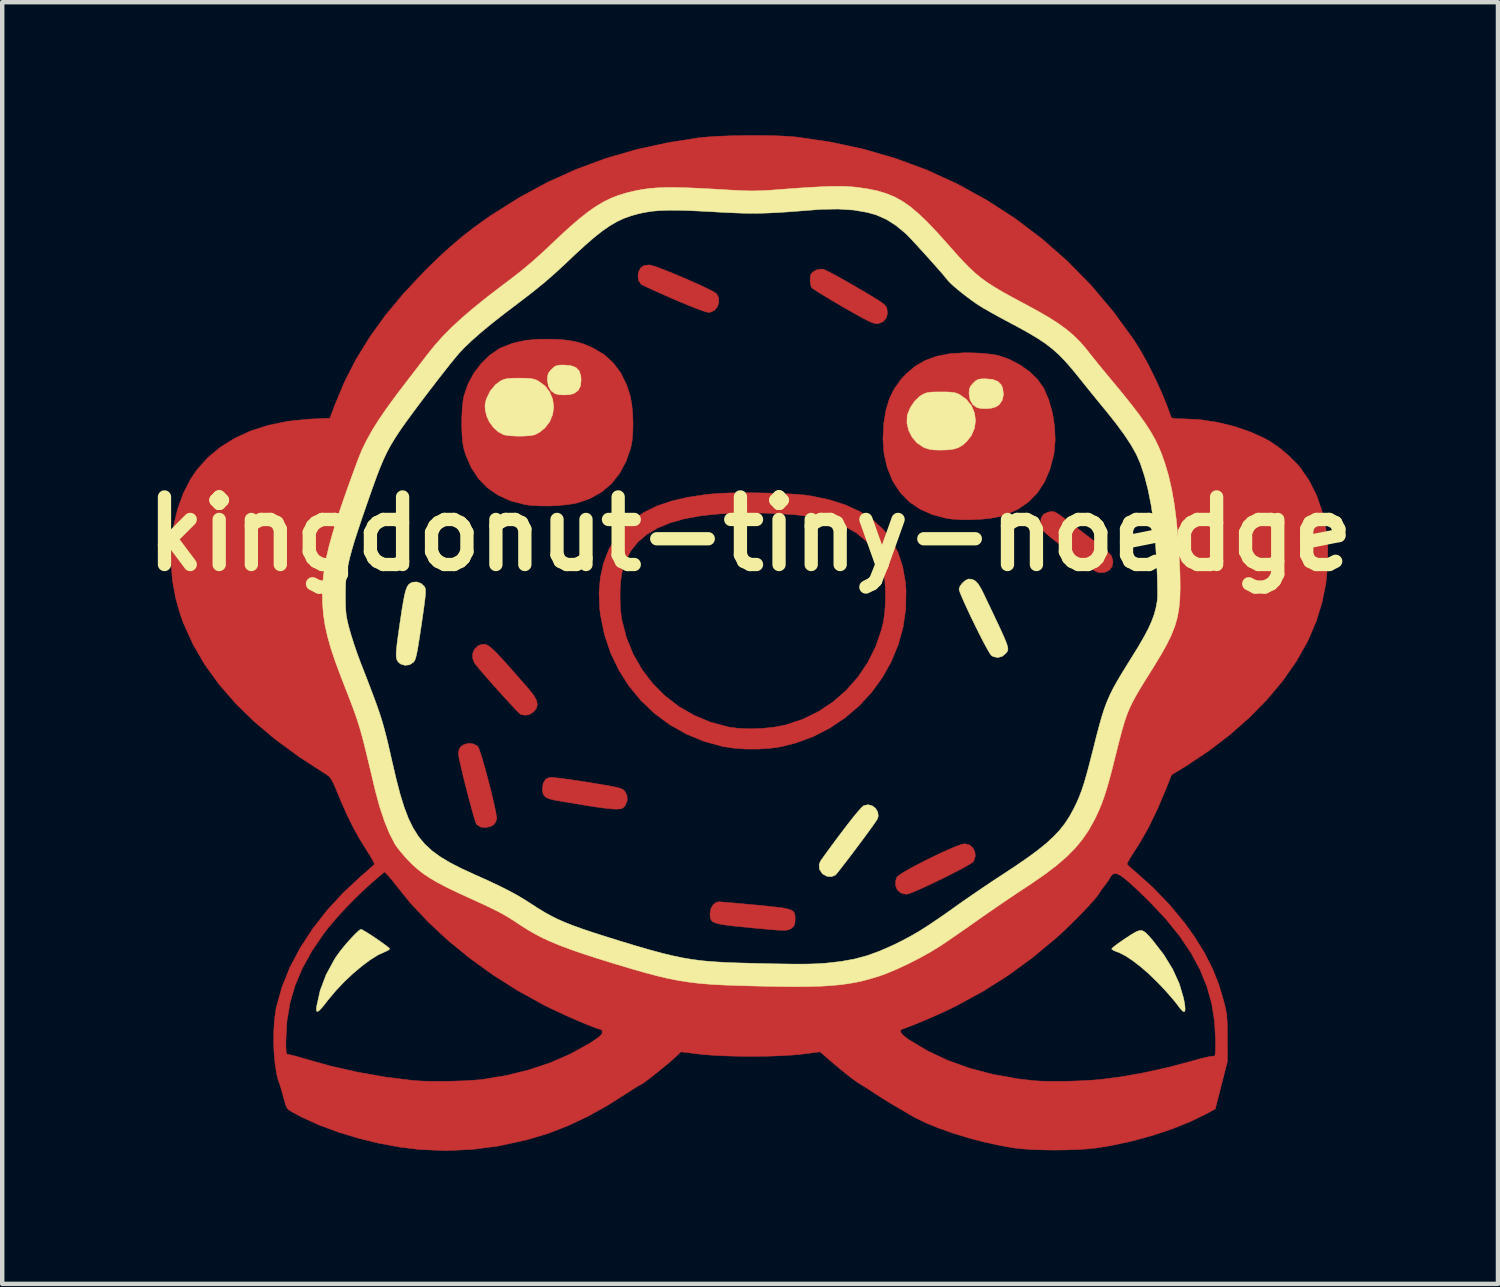
<source format=kicad_pcb>
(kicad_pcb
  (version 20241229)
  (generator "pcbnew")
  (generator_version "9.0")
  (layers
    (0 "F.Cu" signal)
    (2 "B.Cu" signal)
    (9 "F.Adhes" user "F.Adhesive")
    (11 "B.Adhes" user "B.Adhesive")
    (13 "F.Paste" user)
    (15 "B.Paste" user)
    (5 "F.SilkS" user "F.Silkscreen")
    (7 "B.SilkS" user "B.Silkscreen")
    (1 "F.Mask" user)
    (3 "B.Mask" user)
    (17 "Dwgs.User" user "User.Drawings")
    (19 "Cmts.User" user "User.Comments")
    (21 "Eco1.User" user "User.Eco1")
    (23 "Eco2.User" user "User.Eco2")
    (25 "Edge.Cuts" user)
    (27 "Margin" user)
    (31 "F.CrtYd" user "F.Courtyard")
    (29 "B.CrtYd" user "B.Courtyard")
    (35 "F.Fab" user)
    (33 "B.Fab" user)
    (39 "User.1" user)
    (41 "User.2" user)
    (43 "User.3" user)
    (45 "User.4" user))
  (footprint "kingdonut-tiny-noedge"
    (layer "F.Cu")
    (at 13.868 8.993)
    (property "Reference" "kingdonut-tiny-noedge" (at 0 0 0) (layer "F.SilkS") (effects (font (size 1.524 1.524) (thickness 0.3))))
    (attr through_hole)
    (fp_poly (pts (xy -5.956 2.496) (xy -5.913 2.516) (xy -5.861 2.552) (xy -5.798 2.607) (xy -5.719 2.684) (xy -5.622 2.788) (xy -5.501 2.921) (xy -5.353 3.087) (xy -5.176 3.289) (xy -4.986 3.506) (xy -4.877 3.644) (xy -4.815 3.757) (xy -4.798 3.854) (xy -4.824 3.939) (xy -4.877 4.006) (xy -4.968 4.071) (xy -5.071 4.089) (xy -5.169 4.073) (xy -5.198 4.05) (xy -5.258 3.991) (xy -5.342 3.902) (xy -5.445 3.791) (xy -5.561 3.665) (xy -5.684 3.529) (xy -5.807 3.391) (xy -5.925 3.257) (xy -6.031 3.135) (xy -6.12 3.03) (xy -6.185 2.95) (xy -6.216 2.909) (xy -6.258 2.804) (xy -6.256 2.695) (xy -6.214 2.597) (xy -6.138 2.525) (xy -6.071 2.498) (xy -6.031 2.491) (xy -5.994 2.489) (xy -5.956 2.496)) (stroke (width 0.01) (type solid)) (fill yes) (layer "F.Cu"))
    (fp_poly (pts (xy -2.219 -6.056) (xy -2.121 -6.025) (xy -1.991 -5.977) (xy -1.836 -5.916) (xy -1.666 -5.846) (xy -1.488 -5.771) (xy -1.312 -5.694) (xy -1.146 -5.62) (xy -0.998 -5.551) (xy -0.878 -5.491) (xy -0.794 -5.444) (xy -0.755 -5.416) (xy -0.708 -5.321) (xy -0.704 -5.219) (xy -0.738 -5.122) (xy -0.802 -5.044) (xy -0.891 -5.001) (xy -0.937 -4.996) (xy -0.991 -5.008) (xy -1.09 -5.04) (xy -1.227 -5.091) (xy -1.397 -5.159) (xy -1.592 -5.24) (xy -1.722 -5.295) (xy -1.908 -5.377) (xy -2.079 -5.453) (xy -2.227 -5.52) (xy -2.345 -5.575) (xy -2.425 -5.615) (xy -2.46 -5.635) (xy -2.515 -5.719) (xy -2.528 -5.829) (xy -2.511 -5.916) (xy -2.464 -6.005) (xy -2.39 -6.053) (xy -2.278 -6.068) (xy -2.274 -6.068) (xy -2.219 -6.056)) (stroke (width 0.01) (type solid)) (fill yes) (layer "F.Cu"))
    (fp_poly (pts (xy 4.941 7.011) (xy 5.02 7.073) (xy 5.069 7.163) (xy 5.08 7.267) (xy 5.047 7.371) (xy 5.034 7.392) (xy 4.995 7.423) (xy 4.913 7.473) (xy 4.796 7.538) (xy 4.653 7.614) (xy 4.491 7.697) (xy 4.319 7.782) (xy 4.145 7.866) (xy 3.977 7.945) (xy 3.825 8.014) (xy 3.695 8.07) (xy 3.597 8.109) (xy 3.538 8.126) (xy 3.532 8.126) (xy 3.449 8.113) (xy 3.397 8.095) (xy 3.322 8.03) (xy 3.283 7.934) (xy 3.284 7.821) (xy 3.308 7.746) (xy 3.344 7.71) (xy 3.423 7.656) (xy 3.539 7.587) (xy 3.681 7.508) (xy 3.843 7.423) (xy 4.016 7.335) (xy 4.192 7.25) (xy 4.362 7.17) (xy 4.52 7.1) (xy 4.656 7.043) (xy 4.762 7.005) (xy 4.83 6.989) (xy 4.836 6.988) (xy 4.941 7.011)) (stroke (width 0.01) (type solid)) (fill yes) (layer "F.Cu"))
    (fp_poly (pts (xy 1.647 -5.971) (xy 1.695 -5.952) (xy 1.783 -5.909) (xy 1.905 -5.844) (xy 2.054 -5.763) (xy 2.222 -5.668) (xy 2.398 -5.566) (xy 2.597 -5.449) (xy 2.753 -5.356) (xy 2.871 -5.283) (xy 2.957 -5.227) (xy 3.016 -5.183) (xy 3.053 -5.147) (xy 3.075 -5.117) (xy 3.086 -5.089) (xy 3.098 -4.966) (xy 3.065 -4.86) (xy 2.993 -4.783) (xy 2.891 -4.744) (xy 2.852 -4.741) (xy 2.809 -4.748) (xy 2.747 -4.769) (xy 2.661 -4.808) (xy 2.546 -4.867) (xy 2.397 -4.949) (xy 2.207 -5.056) (xy 2.088 -5.125) (xy 1.911 -5.228) (xy 1.75 -5.324) (xy 1.61 -5.409) (xy 1.499 -5.478) (xy 1.423 -5.528) (xy 1.39 -5.554) (xy 1.39 -5.554) (xy 1.366 -5.615) (xy 1.355 -5.705) (xy 1.359 -5.799) (xy 1.372 -5.855) (xy 1.42 -5.912) (xy 1.502 -5.955) (xy 1.597 -5.974) (xy 1.647 -5.971)) (stroke (width 0.01) (type solid)) (fill yes) (layer "F.Cu"))
    (fp_poly (pts (xy -6.24 4.736) (xy -6.15 4.786) (xy -6.139 4.797) (xy -6.117 4.841) (xy -6.084 4.932) (xy -6.044 5.06) (xy -5.998 5.217) (xy -5.95 5.393) (xy -5.9 5.579) (xy -5.852 5.768) (xy -5.808 5.949) (xy -5.77 6.115) (xy -5.74 6.255) (xy -5.721 6.362) (xy -5.714 6.427) (xy -5.715 6.436) (xy -5.747 6.512) (xy -5.784 6.56) (xy -5.862 6.602) (xy -5.964 6.621) (xy -6.061 6.614) (xy -6.083 6.607) (xy -6.145 6.569) (xy -6.172 6.544) (xy -6.189 6.505) (xy -6.216 6.42) (xy -6.252 6.298) (xy -6.293 6.148) (xy -6.339 5.978) (xy -6.386 5.797) (xy -6.433 5.614) (xy -6.476 5.439) (xy -6.514 5.278) (xy -6.545 5.142) (xy -6.566 5.04) (xy -6.576 4.98) (xy -6.576 4.975) (xy -6.566 4.871) (xy -6.53 4.803) (xy -6.457 4.752) (xy -6.456 4.752) (xy -6.349 4.723) (xy -6.24 4.736)) (stroke (width 0.01) (type solid)) (fill yes) (layer "F.Cu"))
    (fp_poly (pts (xy -4.475 5.491) (xy -4.38 5.5) (xy -4.245 5.516) (xy -4.079 5.538) (xy -3.889 5.566) (xy -3.683 5.598) (xy -3.669 5.6) (xy -3.439 5.638) (xy -3.259 5.668) (xy -3.121 5.693) (xy -3.02 5.714) (xy -2.947 5.732) (xy -2.898 5.75) (xy -2.864 5.768) (xy -2.84 5.788) (xy -2.829 5.8) (xy -2.776 5.901) (xy -2.771 6.014) (xy -2.814 6.121) (xy -2.824 6.135) (xy -2.863 6.176) (xy -2.908 6.198) (xy -2.977 6.206) (xy -3.057 6.206) (xy -3.145 6.2) (xy -3.274 6.186) (xy -3.431 6.165) (xy -3.602 6.139) (xy -3.711 6.122) (xy -3.886 6.092) (xy -4.058 6.063) (xy -4.212 6.038) (xy -4.333 6.018) (xy -4.385 6.009) (xy -4.523 5.978) (xy -4.613 5.936) (xy -4.664 5.874) (xy -4.684 5.786) (xy -4.685 5.75) (xy -4.666 5.622) (xy -4.611 5.535) (xy -4.523 5.491) (xy -4.475 5.491)) (stroke (width 0.01) (type solid)) (fill yes) (layer "F.Cu"))
    (fp_poly (pts (xy -0.66 8.3) (xy -0.568 8.307) (xy -0.436 8.318) (xy -0.272 8.333) (xy -0.083 8.35) (xy 0.121 8.369) (xy 0.123 8.369) (xy 0.371 8.393) (xy 0.567 8.414) (xy 0.719 8.433) (xy 0.833 8.454) (xy 0.912 8.478) (xy 0.965 8.507) (xy 0.996 8.544) (xy 1.011 8.591) (xy 1.016 8.649) (xy 1.016 8.695) (xy 1.01 8.786) (xy 0.986 8.844) (xy 0.942 8.888) (xy 0.913 8.908) (xy 0.882 8.924) (xy 0.842 8.934) (xy 0.787 8.94) (xy 0.71 8.94) (xy 0.605 8.935) (xy 0.467 8.924) (xy 0.288 8.908) (xy 0.063 8.887) (xy -0.083 8.872) (xy -0.319 8.849) (xy -0.505 8.828) (xy -0.646 8.807) (xy -0.75 8.785) (xy -0.821 8.758) (xy -0.866 8.725) (xy -0.89 8.683) (xy -0.901 8.63) (xy -0.903 8.563) (xy -0.903 8.559) (xy -0.883 8.449) (xy -0.831 8.361) (xy -0.756 8.307) (xy -0.703 8.297) (xy -0.66 8.3)) (stroke (width 0.01) (type solid)) (fill yes) (layer "F.Cu"))
    (fp_poly (pts (xy 6.836 -0.505) (xy 6.864 -0.497) (xy 6.901 -0.479) (xy 6.952 -0.448) (xy 7.02 -0.4) (xy 7.111 -0.334) (xy 7.229 -0.245) (xy 7.378 -0.132) (xy 7.563 0.01) (xy 7.789 0.182) (xy 7.809 0.198) (xy 7.926 0.29) (xy 8.028 0.375) (xy 8.105 0.446) (xy 8.149 0.494) (xy 8.154 0.502) (xy 8.186 0.622) (xy 8.168 0.729) (xy 8.108 0.813) (xy 8.011 0.863) (xy 7.925 0.873) (xy 7.879 0.87) (xy 7.834 0.859) (xy 7.782 0.836) (xy 7.715 0.795) (xy 7.627 0.732) (xy 7.508 0.643) (xy 7.366 0.534) (xy 7.154 0.369) (xy 6.982 0.236) (xy 6.846 0.129) (xy 6.741 0.044) (xy 6.665 -0.021) (xy 6.612 -0.072) (xy 6.578 -0.112) (xy 6.558 -0.146) (xy 6.55 -0.176) (xy 6.548 -0.208) (xy 6.548 -0.237) (xy 6.566 -0.361) (xy 6.622 -0.445) (xy 6.719 -0.491) (xy 6.761 -0.499) (xy 6.789 -0.503) (xy 6.812 -0.506) (xy 6.836 -0.505)) (stroke (width 0.01) (type solid)) (fill yes) (layer "F.Cu"))
    (fp_poly (pts (xy 5.038 -4.084) (xy 5.221 -4.074) (xy 5.388 -4.059) (xy 5.526 -4.04) (xy 5.602 -4.024) (xy 5.855 -3.935) (xy 6.093 -3.81) (xy 6.306 -3.658) (xy 6.484 -3.485) (xy 6.616 -3.299) (xy 6.626 -3.281) (xy 6.738 -3.022) (xy 6.82 -2.73) (xy 6.869 -2.423) (xy 6.882 -2.117) (xy 6.857 -1.829) (xy 6.85 -1.788) (xy 6.764 -1.458) (xy 6.64 -1.17) (xy 6.478 -0.924) (xy 6.277 -0.719) (xy 6.039 -0.555) (xy 5.762 -0.433) (xy 5.625 -0.392) (xy 5.448 -0.357) (xy 5.234 -0.333) (xy 5.003 -0.321) (xy 4.772 -0.321) (xy 4.561 -0.334) (xy 4.424 -0.353) (xy 4.108 -0.437) (xy 3.829 -0.562) (xy 3.589 -0.727) (xy 3.389 -0.931) (xy 3.229 -1.174) (xy 3.205 -1.222) (xy 3.089 -1.512) (xy 3.02 -1.818) (xy 2.997 -2.146) (xy 3.017 -2.503) (xy 3.018 -2.51) (xy 3.067 -2.801) (xy 3.143 -3.052) (xy 3.253 -3.274) (xy 3.401 -3.48) (xy 3.526 -3.615) (xy 3.725 -3.783) (xy 3.949 -3.913) (xy 4.204 -4.006) (xy 4.494 -4.063) (xy 4.822 -4.086) (xy 5.038 -4.084)) (stroke (width 0.01) (type solid)) (fill yes) (layer "F.Cu"))
    (fp_poly (pts (xy -4.241 -4.381) (xy -4.05 -4.359) (xy -3.884 -4.324) (xy -3.728 -4.274) (xy -3.567 -4.205) (xy -3.534 -4.188) (xy -3.29 -4.042) (xy -3.087 -3.859) (xy -2.92 -3.637) (xy -2.789 -3.373) (xy -2.705 -3.119) (xy -2.671 -2.945) (xy -2.649 -2.739) (xy -2.64 -2.519) (xy -2.643 -2.301) (xy -2.66 -2.103) (xy -2.69 -1.947) (xy -2.798 -1.634) (xy -2.945 -1.362) (xy -3.128 -1.132) (xy -3.349 -0.945) (xy -3.607 -0.8) (xy -3.886 -0.702) (xy -4.063 -0.668) (xy -4.277 -0.644) (xy -4.508 -0.631) (xy -4.739 -0.632) (xy -4.95 -0.644) (xy -5.087 -0.664) (xy -5.405 -0.748) (xy -5.685 -0.875) (xy -5.926 -1.042) (xy -6.129 -1.251) (xy -6.292 -1.5) (xy -6.416 -1.789) (xy -6.455 -1.919) (xy -6.48 -2.055) (xy -6.496 -2.23) (xy -6.504 -2.429) (xy -6.502 -2.636) (xy -6.492 -2.835) (xy -6.473 -3.01) (xy -6.453 -3.115) (xy -6.367 -3.369) (xy -6.239 -3.61) (xy -6.076 -3.831) (xy -5.887 -4.019) (xy -5.68 -4.165) (xy -5.606 -4.204) (xy -5.355 -4.301) (xy -5.081 -4.364) (xy -4.776 -4.394) (xy -4.473 -4.394) (xy -4.241 -4.381)) (stroke (width 0.01) (type solid)) (fill yes) (layer "F.Cu"))
    (fp_poly (pts (xy 0.037 -0.928) (xy 0.302 -0.924) (xy 0.564 -0.917) (xy 0.811 -0.907) (xy 1.033 -0.894) (xy 1.22 -0.879) (xy 1.35 -0.862) (xy 1.772 -0.775) (xy 2.147 -0.656) (xy 2.476 -0.505) (xy 2.76 -0.322) (xy 2.998 -0.106) (xy 3.191 0.142) (xy 3.339 0.425) (xy 3.443 0.742) (xy 3.504 1.093) (xy 3.518 1.27) (xy 3.511 1.692) (xy 3.451 2.104) (xy 3.341 2.501) (xy 3.184 2.881) (xy 2.983 3.239) (xy 2.742 3.571) (xy 2.462 3.874) (xy 2.147 4.144) (xy 1.8 4.377) (xy 1.424 4.57) (xy 1.023 4.718) (xy 0.708 4.797) (xy 0.463 4.834) (xy 0.189 4.852) (xy -0.095 4.852) (xy -0.367 4.833) (xy -0.607 4.797) (xy -1.036 4.679) (xy -1.438 4.513) (xy -1.812 4.302) (xy -2.154 4.049) (xy -2.461 3.758) (xy -2.731 3.431) (xy -2.959 3.072) (xy -3.145 2.685) (xy -3.284 2.272) (xy -3.373 1.837) (xy -3.392 1.687) (xy -3.4 1.488) (xy -2.932 1.488) (xy -2.922 1.705) (xy -2.9 1.898) (xy -2.892 1.94) (xy -2.789 2.338) (xy -2.637 2.711) (xy -2.439 3.057) (xy -2.2 3.371) (xy -1.921 3.65) (xy -1.608 3.892) (xy -1.262 4.092) (xy -0.889 4.247) (xy -0.49 4.354) (xy -0.461 4.359) (xy -0.243 4.387) (xy 0.009 4.395) (xy 0.274 4.386) (xy 0.534 4.359) (xy 0.77 4.316) (xy 0.804 4.307) (xy 1.187 4.181) (xy 1.545 4.006) (xy 1.874 3.786) (xy 2.172 3.526) (xy 2.433 3.229) (xy 2.655 2.899) (xy 2.834 2.541) (xy 2.965 2.158) (xy 3.006 1.987) (xy 3.031 1.828) (xy 3.047 1.637) (xy 3.054 1.432) (xy 3.051 1.23) (xy 3.04 1.049) (xy 3.021 0.917) (xy 2.935 0.635) (xy 2.802 0.383) (xy 2.624 0.164) (xy 2.405 -0.018) (xy 2.201 -0.136) (xy 2 -0.223) (xy 1.79 -0.296) (xy 1.562 -0.353) (xy 1.311 -0.398) (xy 1.026 -0.432) (xy 0.702 -0.455) (xy 0.329 -0.47) (xy 0.325 -0.47) (xy -0.199 -0.474) (xy -0.673 -0.454) (xy -1.097 -0.411) (xy -1.474 -0.343) (xy -1.804 -0.25) (xy -2.089 -0.132) (xy -2.33 0.012) (xy -2.53 0.182) (xy -2.688 0.38) (xy -2.806 0.606) (xy -2.886 0.859) (xy -2.892 0.889) (xy -2.917 1.06) (xy -2.931 1.266) (xy -2.932 1.488) (xy -3.4 1.488) (xy -3.407 1.325) (xy -3.376 0.977) (xy -3.302 0.651) (xy -3.186 0.351) (xy -3.03 0.083) (xy -2.85 -0.133) (xy -2.628 -0.329) (xy -2.377 -0.495) (xy -2.093 -0.632) (xy -1.772 -0.742) (xy -1.409 -0.827) (xy -0.999 -0.888) (xy -0.842 -0.904) (xy -0.671 -0.916) (xy -0.46 -0.924) (xy -0.22 -0.928) (xy 0.037 -0.928)) (stroke (width 0.01) (type solid)) (fill yes) (layer "F.Cu"))
    (fp_poly (pts (xy 0.375 -8.986) (xy 0.635 -8.979) (xy 0.864 -8.968) (xy 1.05 -8.952) (xy 1.058 -8.951) (xy 1.833 -8.836) (xy 2.576 -8.675) (xy 3.291 -8.466) (xy 3.981 -8.211) (xy 4.648 -7.906) (xy 4.656 -7.903) (xy 5.331 -7.533) (xy 5.973 -7.118) (xy 6.58 -6.659) (xy 7.152 -6.157) (xy 7.686 -5.613) (xy 8.181 -5.028) (xy 8.637 -4.404) (xy 8.673 -4.351) (xy 8.825 -4.104) (xy 8.983 -3.818) (xy 9.138 -3.506) (xy 9.284 -3.185) (xy 9.412 -2.869) (xy 9.492 -2.646) (xy 9.508 -2.623) (xy 9.541 -2.608) (xy 9.603 -2.6) (xy 9.706 -2.597) (xy 9.782 -2.596) (xy 10.157 -2.576) (xy 10.541 -2.518) (xy 10.92 -2.426) (xy 11.28 -2.303) (xy 11.607 -2.154) (xy 11.731 -2.084) (xy 11.934 -1.945) (xy 12.139 -1.775) (xy 12.324 -1.593) (xy 12.408 -1.496) (xy 12.615 -1.195) (xy 12.782 -0.86) (xy 12.906 -0.497) (xy 12.989 -0.112) (xy 13.03 0.29) (xy 13.029 0.705) (xy 12.986 1.125) (xy 12.9 1.548) (xy 12.771 1.966) (xy 12.598 2.374) (xy 12.567 2.439) (xy 12.317 2.879) (xy 12.014 3.312) (xy 11.661 3.734) (xy 11.261 4.141) (xy 10.819 4.531) (xy 10.336 4.9) (xy 9.817 5.245) (xy 9.741 5.291) (xy 9.506 5.434) (xy 9.372 5.772) (xy 9.179 6.226) (xy 8.983 6.629) (xy 8.781 6.982) (xy 8.707 7.097) (xy 8.63 7.218) (xy 8.566 7.321) (xy 8.521 7.399) (xy 8.501 7.443) (xy 8.5 7.448) (xy 8.525 7.475) (xy 8.582 7.528) (xy 8.662 7.597) (xy 8.692 7.622) (xy 9.09 7.978) (xy 9.465 8.369) (xy 9.805 8.78) (xy 10.023 9.085) (xy 10.248 9.447) (xy 10.429 9.803) (xy 10.574 10.168) (xy 10.685 10.541) (xy 10.714 10.657) (xy 10.735 10.757) (xy 10.75 10.853) (xy 10.759 10.957) (xy 10.764 11.085) (xy 10.766 11.247) (xy 10.766 11.374) (xy 10.767 11.896) (xy 10.63 12.433) (xy 10.492 12.97) (xy 10.305 13.072) (xy 9.94 13.251) (xy 9.531 13.416) (xy 9.09 13.564) (xy 8.629 13.691) (xy 8.159 13.793) (xy 7.832 13.847) (xy 7.632 13.869) (xy 7.392 13.885) (xy 7.128 13.894) (xy 6.851 13.897) (xy 6.578 13.893) (xy 6.321 13.883) (xy 6.095 13.866) (xy 5.946 13.848) (xy 5.61 13.788) (xy 5.263 13.711) (xy 4.917 13.62) (xy 4.582 13.517) (xy 4.268 13.407) (xy 3.984 13.292) (xy 3.741 13.176) (xy 3.634 13.116) (xy 3.565 13.075) (xy 3.463 13.015) (xy 3.344 12.945) (xy 3.267 12.901) (xy 3.13 12.819) (xy 2.984 12.728) (xy 2.852 12.645) (xy 2.804 12.613) (xy 2.696 12.541) (xy 2.592 12.475) (xy 2.511 12.425) (xy 2.498 12.418) (xy 2.407 12.36) (xy 2.283 12.269) (xy 2.133 12.151) (xy 1.965 12.013) (xy 1.787 11.861) (xy 1.784 11.859) (xy 1.579 11.681) (xy 1.192 11.731) (xy 0.978 11.752) (xy 0.72 11.768) (xy 0.432 11.779) (xy 0.126 11.783) (xy -0.186 11.782) (xy -0.489 11.775) (xy -0.772 11.763) (xy -1.022 11.745) (xy -1.154 11.731) (xy -1.561 11.681) (xy -1.677 11.793) (xy -1.743 11.853) (xy -1.834 11.932) (xy -1.943 12.022) (xy -2.06 12.117) (xy -2.176 12.209) (xy -2.283 12.292) (xy -2.372 12.36) (xy -2.435 12.404) (xy -2.461 12.418) (xy -2.494 12.433) (xy -2.561 12.473) (xy -2.654 12.532) (xy -2.732 12.583) (xy -3.204 12.883) (xy -3.659 13.137) (xy -4.106 13.348) (xy -4.554 13.521) (xy -5.011 13.659) (xy -5.066 13.673) (xy -5.675 13.805) (xy -6.269 13.883) (xy -6.856 13.91) (xy -7.439 13.885) (xy -7.458 13.884) (xy -7.913 13.828) (xy -8.377 13.742) (xy -8.837 13.629) (xy -9.284 13.493) (xy -9.706 13.337) (xy -10.092 13.164) (xy -10.329 13.038) (xy -10.387 13.003) (xy -10.427 12.969) (xy -10.456 12.925) (xy -10.482 12.856) (xy -10.512 12.752) (xy -10.53 12.683) (xy -10.564 12.558) (xy -10.597 12.448) (xy -10.624 12.368) (xy -10.636 12.34) (xy -10.653 12.288) (xy -10.674 12.194) (xy -10.695 12.071) (xy -10.714 11.946) (xy -10.737 11.702) (xy -10.746 11.438) (xy -10.746 11.423) (xy -10.47 11.423) (xy -10.469 11.561) (xy -10.466 11.652) (xy -10.459 11.706) (xy -10.446 11.732) (xy -10.426 11.74) (xy -10.417 11.74) (xy -10.369 11.749) (xy -10.281 11.77) (xy -10.168 11.802) (xy -10.086 11.827) (xy -9.472 11.999) (xy -8.841 12.142) (xy -8.211 12.252) (xy -7.601 12.327) (xy -7.523 12.333) (xy -7.356 12.343) (xy -7.148 12.347) (xy -6.916 12.347) (xy -6.674 12.342) (xy -6.44 12.334) (xy -6.228 12.321) (xy -6.055 12.306) (xy -6.04 12.304) (xy -5.507 12.217) (xy -4.993 12.09) (xy -4.505 11.927) (xy -4.05 11.729) (xy -3.635 11.499) (xy -3.587 11.468) (xy -3.466 11.388) (xy -3.388 11.327) (xy -3.345 11.281) (xy -3.33 11.243) (xy -3.33 11.239) (xy -3.331 11.238) (xy 3.395 11.238) (xy 3.444 11.301) (xy 3.545 11.382) (xy 3.577 11.404) (xy 3.995 11.656) (xy 4.453 11.872) (xy 4.949 12.05) (xy 5.479 12.19) (xy 6.041 12.29) (xy 6.392 12.331) (xy 6.561 12.342) (xy 6.772 12.347) (xy 7.01 12.347) (xy 7.26 12.342) (xy 7.51 12.332) (xy 7.743 12.318) (xy 7.902 12.305) (xy 8.382 12.243) (xy 8.895 12.151) (xy 9.43 12.032) (xy 9.973 11.888) (xy 10.003 11.879) (xy 10.147 11.839) (xy 10.275 11.807) (xy 10.375 11.786) (xy 10.437 11.778) (xy 10.448 11.778) (xy 10.468 11.78) (xy 10.483 11.766) (xy 10.491 11.729) (xy 10.496 11.659) (xy 10.498 11.548) (xy 10.499 11.417) (xy 10.477 11) (xy 10.413 10.597) (xy 10.303 10.206) (xy 10.147 9.823) (xy 9.942 9.444) (xy 9.687 9.067) (xy 9.38 8.688) (xy 9.019 8.303) (xy 8.912 8.197) (xy 8.727 8.019) (xy 8.575 7.879) (xy 8.453 7.776) (xy 8.357 7.706) (xy 8.282 7.668) (xy 8.223 7.659) (xy 8.177 7.677) (xy 8.138 7.719) (xy 8.115 7.76) (xy 8.069 7.835) (xy 8.008 7.917) (xy 7.997 7.93) (xy 7.935 8.011) (xy 7.882 8.091) (xy 7.876 8.103) (xy 7.831 8.167) (xy 7.751 8.263) (xy 7.644 8.382) (xy 7.516 8.518) (xy 7.375 8.663) (xy 7.226 8.81) (xy 7.078 8.953) (xy 6.937 9.083) (xy 6.894 9.121) (xy 6.36 9.564) (xy 5.818 9.959) (xy 5.255 10.315) (xy 4.657 10.64) (xy 4.621 10.658) (xy 4.452 10.741) (xy 4.263 10.828) (xy 4.066 10.916) (xy 3.873 10.998) (xy 3.697 11.07) (xy 3.549 11.127) (xy 3.45 11.161) (xy 3.397 11.191) (xy 3.395 11.238) (xy -3.331 11.238) (xy -3.343 11.19) (xy -3.363 11.176) (xy -3.415 11.164) (xy -3.509 11.132) (xy -3.637 11.082) (xy -3.791 11.019) (xy -3.962 10.946) (xy -4.142 10.866) (xy -4.322 10.783) (xy -4.495 10.702) (xy -4.651 10.624) (xy -4.671 10.614) (xy -5.243 10.298) (xy -5.794 9.949) (xy -6.317 9.572) (xy -6.808 9.172) (xy -7.259 8.752) (xy -7.666 8.319) (xy -8.015 7.885) (xy -8.082 7.799) (xy -8.148 7.722) (xy -8.18 7.687) (xy -8.246 7.623) (xy -8.505 7.844) (xy -8.705 8.023) (xy -8.916 8.227) (xy -9.126 8.442) (xy -9.323 8.657) (xy -9.496 8.86) (xy -9.605 8.999) (xy -9.877 9.396) (xy -10.094 9.788) (xy -10.261 10.181) (xy -10.377 10.58) (xy -10.446 10.99) (xy -10.47 11.418) (xy -10.47 11.423) (xy -10.746 11.423) (xy -10.741 11.171) (xy -10.722 10.92) (xy -10.691 10.703) (xy -10.684 10.67) (xy -10.56 10.226) (xy -10.382 9.783) (xy -10.151 9.345) (xy -9.871 8.914) (xy -9.544 8.494) (xy -9.171 8.089) (xy -8.755 7.702) (xy -8.692 7.649) (xy -8.601 7.57) (xy -8.528 7.503) (xy -8.481 7.458) (xy -8.471 7.445) (xy -8.482 7.414) (xy -8.519 7.345) (xy -8.576 7.249) (xy -8.648 7.135) (xy -8.658 7.118) (xy -8.814 6.866) (xy -8.957 6.607) (xy -9.095 6.327) (xy -9.234 6.012) (xy -9.287 5.884) (xy -9.35 5.732) (xy -9.398 5.623) (xy -9.437 5.547) (xy -9.472 5.495) (xy -9.51 5.457) (xy -9.556 5.424) (xy -9.586 5.406) (xy -10.174 5.025) (xy -10.708 4.633) (xy -11.187 4.23) (xy -11.611 3.814) (xy -11.982 3.386) (xy -12.3 2.945) (xy -12.564 2.491) (xy -12.776 2.022) (xy -12.839 1.854) (xy -12.956 1.45) (xy -12.978 1.326) (xy -9.495 1.326) (xy -9.491 1.502) (xy -9.48 1.669) (xy -9.46 1.836) (xy -9.429 2.009) (xy -9.384 2.194) (xy -9.325 2.399) (xy -9.249 2.63) (xy -9.155 2.894) (xy -9.041 3.197) (xy -8.944 3.446) (xy -8.853 3.682) (xy -8.778 3.884) (xy -8.714 4.064) (xy -8.659 4.234) (xy -8.608 4.405) (xy -8.56 4.588) (xy -8.509 4.796) (xy -8.452 5.041) (xy -8.411 5.224) (xy -8.315 5.634) (xy -8.217 5.993) (xy -8.115 6.307) (xy -8.004 6.581) (xy -7.88 6.82) (xy -7.74 7.029) (xy -7.578 7.216) (xy -7.392 7.383) (xy -7.177 7.538) (xy -6.929 7.685) (xy -6.643 7.83) (xy -6.387 7.948) (xy -6.066 8.093) (xy -5.792 8.223) (xy -5.558 8.342) (xy -5.358 8.452) (xy -5.184 8.558) (xy -5.119 8.601) (xy -4.951 8.711) (xy -4.789 8.809) (xy -4.625 8.898) (xy -4.453 8.982) (xy -4.264 9.062) (xy -4.051 9.144) (xy -3.805 9.23) (xy -3.52 9.323) (xy -3.203 9.422) (xy -2.834 9.535) (xy -2.511 9.631) (xy -2.225 9.711) (xy -1.969 9.778) (xy -1.734 9.833) (xy -1.513 9.877) (xy -1.297 9.911) (xy -1.079 9.937) (xy -0.851 9.957) (xy -0.604 9.971) (xy -0.331 9.982) (xy -0.056 9.99) (xy 0.256 9.997) (xy 0.518 10.003) (xy 0.736 10.008) (xy 0.918 10.011) (xy 1.069 10.012) (xy 1.196 10.012) (xy 1.305 10.011) (xy 1.403 10.008) (xy 1.497 10.003) (xy 1.592 9.997) (xy 1.693 9.99) (xy 2.017 9.957) (xy 2.323 9.908) (xy 2.619 9.839) (xy 2.91 9.749) (xy 3.203 9.633) (xy 3.504 9.491) (xy 3.82 9.319) (xy 4.156 9.113) (xy 4.518 8.873) (xy 4.897 8.607) (xy 5.058 8.493) (xy 5.25 8.36) (xy 5.458 8.219) (xy 5.666 8.081) (xy 5.856 7.957) (xy 6.11 7.792) (xy 6.323 7.65) (xy 6.502 7.525) (xy 6.655 7.412) (xy 6.79 7.305) (xy 6.913 7.199) (xy 7.022 7.1) (xy 7.284 6.821) (xy 7.501 6.522) (xy 7.631 6.294) (xy 7.69 6.176) (xy 7.742 6.062) (xy 7.79 5.944) (xy 7.836 5.814) (xy 7.884 5.664) (xy 7.935 5.486) (xy 7.992 5.272) (xy 8.059 5.013) (xy 8.085 4.913) (xy 8.157 4.63) (xy 8.219 4.393) (xy 8.277 4.192) (xy 8.332 4.017) (xy 8.391 3.861) (xy 8.456 3.712) (xy 8.531 3.563) (xy 8.621 3.403) (xy 8.729 3.223) (xy 8.859 3.014) (xy 8.946 2.876) (xy 9.113 2.607) (xy 9.248 2.372) (xy 9.354 2.16) (xy 9.433 1.959) (xy 9.49 1.76) (xy 9.526 1.552) (xy 9.545 1.324) (xy 9.549 1.064) (xy 9.542 0.763) (xy 9.538 0.672) (xy 9.509 0.162) (xy 9.465 -0.308) (xy 9.407 -0.732) (xy 9.336 -1.107) (xy 9.314 -1.205) (xy 9.259 -1.418) (xy 9.201 -1.611) (xy 9.137 -1.791) (xy 9.062 -1.964) (xy 8.973 -2.136) (xy 8.867 -2.314) (xy 8.739 -2.504) (xy 8.585 -2.712) (xy 8.403 -2.945) (xy 8.189 -3.209) (xy 8.034 -3.397) (xy 7.905 -3.551) (xy 7.783 -3.699) (xy 7.674 -3.834) (xy 7.584 -3.946) (xy 7.52 -4.028) (xy 7.5 -4.053) (xy 7.376 -4.203) (xy 7.215 -4.365) (xy 7.035 -4.524) (xy 6.85 -4.668) (xy 6.762 -4.727) (xy 6.667 -4.786) (xy 6.533 -4.865) (xy 6.372 -4.956) (xy 6.196 -5.054) (xy 6.017 -5.152) (xy 5.977 -5.173) (xy 5.722 -5.311) (xy 5.508 -5.431) (xy 5.326 -5.542) (xy 5.167 -5.649) (xy 5.022 -5.761) (xy 4.882 -5.885) (xy 4.737 -6.027) (xy 4.579 -6.196) (xy 4.398 -6.398) (xy 4.308 -6.5) (xy 4.069 -6.766) (xy 3.854 -6.99) (xy 3.658 -7.176) (xy 3.473 -7.327) (xy 3.293 -7.448) (xy 3.111 -7.542) (xy 2.92 -7.614) (xy 2.713 -7.668) (xy 2.484 -7.708) (xy 2.267 -7.733) (xy 2.173 -7.742) (xy 2.08 -7.747) (xy 1.981 -7.75) (xy 1.871 -7.75) (xy 1.743 -7.746) (xy 1.589 -7.738) (xy 1.403 -7.727) (xy 1.178 -7.711) (xy 0.908 -7.69) (xy 0.72 -7.676) (xy 0.528 -7.663) (xy 0.342 -7.654) (xy 0.152 -7.651) (xy -0.051 -7.652) (xy -0.278 -7.658) (xy -0.537 -7.67) (xy -0.839 -7.686) (xy -0.974 -7.695) (xy -1.224 -7.709) (xy -1.429 -7.719) (xy -1.597 -7.725) (xy -1.74 -7.727) (xy -1.866 -7.724) (xy -1.987 -7.717) (xy -2.088 -7.708) (xy -2.337 -7.68) (xy -2.562 -7.642) (xy -2.769 -7.591) (xy -2.964 -7.522) (xy -3.155 -7.434) (xy -3.347 -7.322) (xy -3.547 -7.182) (xy -3.761 -7.011) (xy -3.997 -6.806) (xy -4.259 -6.563) (xy -4.381 -6.447) (xy -4.614 -6.23) (xy -4.848 -6.024) (xy -5.071 -5.839) (xy -5.26 -5.692) (xy -5.636 -5.411) (xy -5.966 -5.154) (xy -6.255 -4.916) (xy -6.506 -4.694) (xy -6.723 -4.485) (xy -6.91 -4.284) (xy -7.059 -4.106) (xy -7.219 -3.902) (xy -7.384 -3.688) (xy -7.55 -3.471) (xy -7.712 -3.259) (xy -7.862 -3.058) (xy -7.997 -2.876) (xy -8.11 -2.721) (xy -8.195 -2.599) (xy -8.221 -2.561) (xy -8.314 -2.419) (xy -8.396 -2.283) (xy -8.472 -2.147) (xy -8.544 -2.002) (xy -8.616 -1.84) (xy -8.692 -1.652) (xy -8.776 -1.431) (xy -8.872 -1.169) (xy -8.927 -1.016) (xy -9.054 -0.655) (xy -9.161 -0.34) (xy -9.25 -0.064) (xy -9.323 0.177) (xy -9.38 0.392) (xy -9.424 0.586) (xy -9.456 0.765) (xy -9.477 0.936) (xy -9.489 1.104) (xy -9.494 1.277) (xy -9.495 1.326) (xy -12.978 1.326) (xy -13.03 1.038) (xy -13.061 0.624) (xy -13.052 0.214) (xy -13.002 -0.184) (xy -12.911 -0.564) (xy -12.782 -0.92) (xy -12.614 -1.244) (xy -12.48 -1.441) (xy -12.237 -1.715) (xy -11.95 -1.955) (xy -11.624 -2.158) (xy -11.26 -2.325) (xy -10.862 -2.452) (xy -10.431 -2.541) (xy -9.969 -2.589) (xy -9.896 -2.592) (xy -9.477 -2.611) (xy -9.366 -2.907) (xy -9.146 -3.433) (xy -8.884 -3.943) (xy -8.577 -4.441) (xy -8.223 -4.933) (xy -7.817 -5.42) (xy -7.359 -5.909) (xy -7.312 -5.956) (xy -7.026 -6.234) (xy -6.762 -6.477) (xy -6.504 -6.696) (xy -6.241 -6.902) (xy -5.96 -7.104) (xy -5.828 -7.195) (xy -5.202 -7.589) (xy -4.567 -7.932) (xy -3.916 -8.226) (xy -3.245 -8.473) (xy -2.55 -8.674) (xy -1.824 -8.831) (xy -1.143 -8.936) (xy -0.956 -8.954) (xy -0.727 -8.969) (xy -0.466 -8.979) (xy -0.188 -8.986) (xy 0.097 -8.988) (xy 0.375 -8.986)) (stroke (width 0.01) (type solid)) (fill yes) (layer "F.Cu"))
    (fp_poly (pts (xy -2.219 -6.056) (xy -2.121 -6.025) (xy -1.991 -5.977) (xy -1.836 -5.916) (xy -1.666 -5.846) (xy -1.488 -5.771) (xy -1.312 -5.694) (xy -1.146 -5.62) (xy -0.998 -5.551) (xy -0.878 -5.491) (xy -0.794 -5.444) (xy -0.755 -5.416) (xy -0.708 -5.321) (xy -0.704 -5.219) (xy -0.738 -5.122) (xy -0.802 -5.044) (xy -0.891 -5.001) (xy -0.937 -4.996) (xy -0.991 -5.008) (xy -1.09 -5.04) (xy -1.227 -5.091) (xy -1.397 -5.159) (xy -1.592 -5.24) (xy -1.722 -5.295) (xy -1.908 -5.377) (xy -2.079 -5.453) (xy -2.227 -5.52) (xy -2.345 -5.575) (xy -2.425 -5.615) (xy -2.46 -5.635) (xy -2.515 -5.719) (xy -2.528 -5.829) (xy -2.511 -5.916) (xy -2.464 -6.005) (xy -2.39 -6.053) (xy -2.278 -6.068) (xy -2.274 -6.068) (xy -2.219 -6.056)) (stroke (width 0.01) (type solid)) (fill yes) (layer "F.Mask"))
    (fp_poly (pts (xy 4.941 7.011) (xy 5.02 7.073) (xy 5.069 7.163) (xy 5.08 7.267) (xy 5.047 7.371) (xy 5.034 7.392) (xy 4.995 7.423) (xy 4.913 7.473) (xy 4.796 7.538) (xy 4.653 7.614) (xy 4.491 7.697) (xy 4.319 7.782) (xy 4.145 7.866) (xy 3.977 7.945) (xy 3.825 8.014) (xy 3.695 8.07) (xy 3.597 8.109) (xy 3.538 8.126) (xy 3.532 8.126) (xy 3.449 8.113) (xy 3.397 8.095) (xy 3.322 8.03) (xy 3.283 7.934) (xy 3.284 7.821) (xy 3.308 7.746) (xy 3.344 7.71) (xy 3.423 7.656) (xy 3.539 7.587) (xy 3.681 7.508) (xy 3.843 7.423) (xy 4.016 7.335) (xy 4.192 7.25) (xy 4.362 7.17) (xy 4.52 7.1) (xy 4.656 7.043) (xy 4.762 7.005) (xy 4.83 6.989) (xy 4.836 6.988) (xy 4.941 7.011)) (stroke (width 0.01) (type solid)) (fill yes) (layer "F.Mask"))
    (fp_poly (pts (xy -5.377 0.2) (xy -5.329 0.212) (xy -5.286 0.238) (xy -5.245 0.285) (xy -5.204 0.357) (xy -5.158 0.46) (xy -5.105 0.6) (xy -5.042 0.781) (xy -4.965 1.01) (xy -4.951 1.05) (xy -4.874 1.285) (xy -4.815 1.473) (xy -4.772 1.62) (xy -4.744 1.733) (xy -4.732 1.818) (xy -4.733 1.882) (xy -4.746 1.93) (xy -4.771 1.97) (xy -4.806 2.005) (xy -4.893 2.051) (xy -4.998 2.059) (xy -5.1 2.029) (xy -5.146 1.997) (xy -5.176 1.951) (xy -5.218 1.859) (xy -5.27 1.731) (xy -5.329 1.576) (xy -5.391 1.403) (xy -5.453 1.22) (xy -5.513 1.036) (xy -5.568 0.861) (xy -5.614 0.703) (xy -5.649 0.571) (xy -5.669 0.474) (xy -5.673 0.435) (xy -5.651 0.319) (xy -5.587 0.24) (xy -5.484 0.201) (xy -5.433 0.198) (xy -5.377 0.2)) (stroke (width 0.01) (type solid)) (fill yes) (layer "F.Mask"))
    (fp_poly (pts (xy -1.503 7.101) (xy -1.429 7.142) (xy -1.381 7.19) (xy -1.36 7.25) (xy -1.355 7.335) (xy -1.364 7.439) (xy -1.395 7.505) (xy -1.41 7.52) (xy -1.456 7.546) (xy -1.548 7.584) (xy -1.676 7.631) (xy -1.831 7.685) (xy -2.005 7.742) (xy -2.188 7.801) (xy -2.372 7.858) (xy -2.547 7.91) (xy -2.705 7.955) (xy -2.837 7.989) (xy -2.933 8.01) (xy -2.978 8.015) (xy -3.068 8.007) (xy -3.127 7.976) (xy -3.159 7.941) (xy -3.201 7.857) (xy -3.217 7.773) (xy -3.214 7.717) (xy -3.2 7.67) (xy -3.17 7.627) (xy -3.119 7.586) (xy -3.041 7.544) (xy -2.93 7.497) (xy -2.782 7.444) (xy -2.589 7.38) (xy -2.375 7.311) (xy -2.18 7.25) (xy -1.999 7.195) (xy -1.841 7.149) (xy -1.713 7.113) (xy -1.623 7.091) (xy -1.581 7.084) (xy -1.503 7.101)) (stroke (width 0.01) (type solid)) (fill yes) (layer "F.Mask"))
    (fp_poly (pts (xy 0.117 -3.947) (xy 0.21 -3.916) (xy 0.246 -3.888) (xy 0.276 -3.846) (xy 0.328 -3.763) (xy 0.399 -3.645) (xy 0.485 -3.5) (xy 0.58 -3.336) (xy 0.66 -3.194) (xy 0.772 -2.995) (xy 0.858 -2.838) (xy 0.922 -2.717) (xy 0.966 -2.624) (xy 0.995 -2.554) (xy 1.01 -2.499) (xy 1.016 -2.453) (xy 1.016 -2.441) (xy 1.008 -2.352) (xy 0.977 -2.293) (xy 0.942 -2.26) (xy 0.844 -2.211) (xy 0.737 -2.203) (xy 0.64 -2.233) (xy 0.6 -2.265) (xy 0.57 -2.306) (xy 0.518 -2.389) (xy 0.449 -2.504) (xy 0.366 -2.644) (xy 0.276 -2.8) (xy 0.182 -2.964) (xy 0.09 -3.127) (xy 0.004 -3.281) (xy -0.071 -3.418) (xy -0.131 -3.528) (xy -0.169 -3.605) (xy -0.181 -3.634) (xy -0.186 -3.714) (xy -0.164 -3.806) (xy -0.124 -3.886) (xy -0.084 -3.923) (xy 0.011 -3.951) (xy 0.117 -3.947)) (stroke (width 0.01) (type solid)) (fill yes) (layer "F.Mask"))
    (fp_poly (pts (xy 4.556 3.706) (xy 4.669 3.744) (xy 4.741 3.818) (xy 4.769 3.929) (xy 4.77 3.946) (xy 4.762 4.016) (xy 4.743 4.128) (xy 4.713 4.272) (xy 4.675 4.439) (xy 4.631 4.62) (xy 4.585 4.806) (xy 4.537 4.988) (xy 4.49 5.158) (xy 4.447 5.306) (xy 4.409 5.423) (xy 4.38 5.499) (xy 4.366 5.524) (xy 4.285 5.576) (xy 4.182 5.593) (xy 4.078 5.577) (xy 3.995 5.528) (xy 3.981 5.514) (xy 3.94 5.442) (xy 3.923 5.374) (xy 3.923 5.374) (xy 3.929 5.329) (xy 3.948 5.238) (xy 3.977 5.109) (xy 4.014 4.948) (xy 4.058 4.763) (xy 4.106 4.566) (xy 4.163 4.341) (xy 4.208 4.164) (xy 4.245 4.029) (xy 4.275 3.929) (xy 4.301 3.858) (xy 4.324 3.809) (xy 4.348 3.776) (xy 4.366 3.758) (xy 4.43 3.713) (xy 4.5 3.702) (xy 4.556 3.706)) (stroke (width 0.01) (type solid)) (fill yes) (layer "F.Mask"))
    (fp_poly (pts (xy -4.475 5.491) (xy -4.38 5.5) (xy -4.245 5.516) (xy -4.079 5.538) (xy -3.889 5.566) (xy -3.683 5.598) (xy -3.669 5.6) (xy -3.439 5.638) (xy -3.259 5.668) (xy -3.121 5.693) (xy -3.02 5.714) (xy -2.947 5.732) (xy -2.898 5.75) (xy -2.864 5.768) (xy -2.84 5.788) (xy -2.829 5.8) (xy -2.776 5.901) (xy -2.771 6.014) (xy -2.814 6.121) (xy -2.824 6.135) (xy -2.863 6.176) (xy -2.908 6.198) (xy -2.977 6.206) (xy -3.057 6.206) (xy -3.145 6.2) (xy -3.274 6.186) (xy -3.431 6.165) (xy -3.602 6.139) (xy -3.711 6.122) (xy -3.886 6.092) (xy -4.058 6.063) (xy -4.212 6.038) (xy -4.333 6.018) (xy -4.385 6.009) (xy -4.523 5.978) (xy -4.613 5.936) (xy -4.664 5.874) (xy -4.684 5.786) (xy -4.685 5.75) (xy -4.666 5.622) (xy -4.611 5.535) (xy -4.523 5.491) (xy -4.475 5.491)) (stroke (width 0.01) (type solid)) (fill yes) (layer "F.Mask"))
    (fp_poly (pts (xy 6.836 -0.505) (xy 6.864 -0.497) (xy 6.901 -0.479) (xy 6.952 -0.448) (xy 7.02 -0.4) (xy 7.111 -0.334) (xy 7.229 -0.245) (xy 7.378 -0.132) (xy 7.563 0.01) (xy 7.789 0.182) (xy 7.809 0.198) (xy 7.926 0.29) (xy 8.028 0.375) (xy 8.105 0.446) (xy 8.149 0.494) (xy 8.154 0.502) (xy 8.186 0.622) (xy 8.168 0.729) (xy 8.108 0.813) (xy 8.011 0.863) (xy 7.925 0.873) (xy 7.879 0.87) (xy 7.834 0.859) (xy 7.782 0.836) (xy 7.715 0.795) (xy 7.627 0.732) (xy 7.508 0.643) (xy 7.366 0.534) (xy 7.154 0.369) (xy 6.982 0.236) (xy 6.846 0.129) (xy 6.741 0.044) (xy 6.665 -0.021) (xy 6.612 -0.072) (xy 6.578 -0.112) (xy 6.558 -0.146) (xy 6.55 -0.176) (xy 6.548 -0.208) (xy 6.548 -0.237) (xy 6.566 -0.361) (xy 6.622 -0.445) (xy 6.719 -0.491) (xy 6.761 -0.499) (xy 6.789 -0.503) (xy 6.812 -0.506) (xy 6.836 -0.505)) (stroke (width 0.01) (type solid)) (fill yes) (layer "F.Mask"))
    (fp_poly (pts (xy 3.503 11.439) (xy 3.805 11.627) (xy 4.149 11.802) (xy 4.521 11.96) (xy 4.908 12.094) (xy 5.038 12.132) (xy 5.59 12.26) (xy 6.172 12.341) (xy 6.781 12.378) (xy 7.414 12.369) (xy 8.067 12.315) (xy 8.738 12.216) (xy 9.423 12.071) (xy 10.111 11.885) (xy 10.249 11.847) (xy 10.34 11.828) (xy 10.383 11.83) (xy 10.386 11.835) (xy 10.379 11.872) (xy 10.361 11.954) (xy 10.334 12.07) (xy 10.299 12.21) (xy 10.279 12.291) (xy 10.173 12.714) (xy 9.877 12.861) (xy 9.683 12.949) (xy 9.451 13.042) (xy 9.197 13.135) (xy 8.939 13.22) (xy 8.693 13.293) (xy 8.588 13.32) (xy 8.348 13.377) (xy 8.13 13.421) (xy 7.92 13.454) (xy 7.705 13.477) (xy 7.47 13.493) (xy 7.201 13.502) (xy 6.999 13.506) (xy 6.793 13.507) (xy 6.593 13.506) (xy 6.41 13.503) (xy 6.255 13.499) (xy 6.139 13.492) (xy 6.096 13.488) (xy 5.506 13.388) (xy 4.919 13.233) (xy 4.34 13.024) (xy 3.772 12.764) (xy 3.218 12.455) (xy 2.684 12.097) (xy 2.396 11.878) (xy 2.107 11.647) (xy 2.529 11.543) (xy 2.694 11.501) (xy 2.857 11.458) (xy 3.001 11.418) (xy 3.112 11.385) (xy 3.138 11.376) (xy 3.324 11.315) (xy 3.503 11.439)) (stroke (width 0.01) (type solid)) (fill yes) (layer "F.Mask"))
    (fp_poly (pts (xy -2.976 11.414) (xy -2.812 11.462) (xy -2.628 11.512) (xy -2.455 11.556) (xy -2.378 11.574) (xy -2.261 11.6) (xy -2.181 11.622) (xy -2.138 11.645) (xy -2.133 11.676) (xy -2.167 11.722) (xy -2.243 11.786) (xy -2.36 11.877) (xy -2.454 11.949) (xy -3.006 12.34) (xy -3.566 12.675) (xy -4.133 12.954) (xy -4.709 13.179) (xy -5.293 13.348) (xy -5.886 13.461) (xy -5.992 13.476) (xy -6.188 13.495) (xy -6.425 13.507) (xy -6.688 13.514) (xy -6.961 13.514) (xy -7.23 13.508) (xy -7.478 13.497) (xy -7.692 13.479) (xy -7.745 13.473) (xy -8.221 13.393) (xy -8.711 13.276) (xy -9.073 13.166) (xy -9.246 13.107) (xy -9.425 13.04) (xy -9.601 12.97) (xy -9.765 12.902) (xy -9.907 12.838) (xy -10.018 12.783) (xy -10.088 12.742) (xy -10.102 12.73) (xy -10.121 12.692) (xy -10.149 12.613) (xy -10.183 12.503) (xy -10.221 12.374) (xy -10.259 12.237) (xy -10.294 12.102) (xy -10.324 11.981) (xy -10.345 11.885) (xy -10.354 11.825) (xy -10.352 11.81) (xy -10.322 11.813) (xy -10.252 11.83) (xy -10.154 11.859) (xy -10.116 11.871) (xy -9.743 11.979) (xy -9.331 12.082) (xy -8.896 12.176) (xy -8.455 12.256) (xy -8.1 12.31) (xy -7.892 12.332) (xy -7.647 12.35) (xy -7.378 12.363) (xy -7.098 12.371) (xy -6.818 12.373) (xy -6.552 12.37) (xy -6.311 12.361) (xy -6.109 12.346) (xy -6.04 12.338) (xy -5.458 12.24) (xy -4.913 12.103) (xy -4.406 11.928) (xy -3.939 11.716) (xy -3.55 11.49) (xy -3.287 11.32) (xy -2.976 11.414)) (stroke (width 0.01) (type solid)) (fill yes) (layer "F.Mask"))
    (fp_poly (pts (xy 5.038 -4.084) (xy 5.221 -4.074) (xy 5.388 -4.059) (xy 5.526 -4.04) (xy 5.602 -4.024) (xy 5.855 -3.935) (xy 6.093 -3.81) (xy 6.306 -3.658) (xy 6.484 -3.485) (xy 6.616 -3.299) (xy 6.626 -3.281) (xy 6.738 -3.022) (xy 6.82 -2.73) (xy 6.869 -2.423) (xy 6.882 -2.117) (xy 6.857 -1.829) (xy 6.85 -1.788) (xy 6.764 -1.458) (xy 6.64 -1.17) (xy 6.478 -0.924) (xy 6.277 -0.719) (xy 6.039 -0.555) (xy 5.762 -0.433) (xy 5.625 -0.392) (xy 5.448 -0.357) (xy 5.234 -0.333) (xy 5.003 -0.321) (xy 4.772 -0.321) (xy 4.561 -0.334) (xy 4.424 -0.353) (xy 4.108 -0.437) (xy 3.829 -0.562) (xy 3.589 -0.727) (xy 3.389 -0.931) (xy 3.376 -0.951) (xy 4.004 -0.951) (xy 4.18 -0.773) (xy 4.35 -0.624) (xy 4.532 -0.503) (xy 4.71 -0.421) (xy 4.787 -0.398) (xy 4.938 -0.377) (xy 5.118 -0.372) (xy 5.304 -0.383) (xy 5.47 -0.41) (xy 5.472 -0.41) (xy 5.738 -0.501) (xy 5.981 -0.639) (xy 6.191 -0.821) (xy 6.21 -0.841) (xy 6.35 -1.009) (xy 6.446 -1.168) (xy 6.506 -1.333) (xy 6.537 -1.519) (xy 6.542 -1.591) (xy 6.547 -1.711) (xy 6.546 -1.783) (xy 6.538 -1.817) (xy 6.521 -1.82) (xy 6.516 -1.817) (xy 6.476 -1.791) (xy 6.402 -1.742) (xy 6.307 -1.681) (xy 6.265 -1.653) (xy 5.865 -1.421) (xy 5.445 -1.237) (xy 4.999 -1.1) (xy 4.524 -1.008) (xy 4.311 -0.982) (xy 4.004 -0.951) (xy 3.376 -0.951) (xy 3.229 -1.174) (xy 3.205 -1.222) (xy 3.089 -1.512) (xy 3.02 -1.818) (xy 2.997 -2.146) (xy 3.017 -2.503) (xy 3.018 -2.51) (xy 3.023 -2.536) (xy 3.535 -2.536) (xy 3.565 -2.37) (xy 3.636 -2.212) (xy 3.742 -2.076) (xy 3.875 -1.974) (xy 3.905 -1.959) (xy 3.997 -1.922) (xy 4.09 -1.901) (xy 4.205 -1.892) (xy 4.29 -1.891) (xy 4.417 -1.895) (xy 4.538 -1.905) (xy 4.629 -1.919) (xy 4.643 -1.922) (xy 4.745 -1.971) (xy 4.857 -2.057) (xy 4.886 -2.085) (xy 5.001 -2.235) (xy 5.066 -2.402) (xy 5.084 -2.576) (xy 5.056 -2.747) (xy 4.984 -2.906) (xy 4.868 -3.044) (xy 4.73 -3.141) (xy 4.674 -3.168) (xy 4.939 -3.168) (xy 4.96 -3.03) (xy 5.02 -2.921) (xy 5.114 -2.852) (xy 5.119 -2.85) (xy 5.217 -2.829) (xy 5.34 -2.826) (xy 5.462 -2.84) (xy 5.544 -2.866) (xy 5.641 -2.941) (xy 5.699 -3.05) (xy 5.715 -3.182) (xy 5.698 -3.284) (xy 5.647 -3.387) (xy 5.558 -3.456) (xy 5.428 -3.492) (xy 5.31 -3.499) (xy 5.208 -3.497) (xy 5.142 -3.484) (xy 5.09 -3.455) (xy 5.035 -3.404) (xy 4.975 -3.335) (xy 4.946 -3.27) (xy 4.939 -3.181) (xy 4.939 -3.168) (xy 4.674 -3.168) (xy 4.669 -3.17) (xy 4.604 -3.188) (xy 4.521 -3.198) (xy 4.405 -3.203) (xy 4.304 -3.203) (xy 4.162 -3.202) (xy 4.062 -3.197) (xy 3.99 -3.185) (xy 3.931 -3.164) (xy 3.872 -3.134) (xy 3.755 -3.04) (xy 3.65 -2.909) (xy 3.573 -2.759) (xy 3.552 -2.697) (xy 3.535 -2.536) (xy 3.023 -2.536) (xy 3.067 -2.801) (xy 3.143 -3.052) (xy 3.253 -3.274) (xy 3.401 -3.48) (xy 3.526 -3.615) (xy 3.725 -3.783) (xy 3.949 -3.913) (xy 4.204 -4.006) (xy 4.494 -4.063) (xy 4.822 -4.086) (xy 5.038 -4.084)) (stroke (width 0.01) (type solid)) (fill yes) (layer "F.Mask"))
    (fp_poly (pts (xy -4.473 -4.394) (xy -4.241 -4.381) (xy -4.05 -4.359) (xy -3.884 -4.324) (xy -3.728 -4.274) (xy -3.567 -4.205) (xy -3.534 -4.188) (xy -3.29 -4.042) (xy -3.087 -3.859) (xy -2.92 -3.637) (xy -2.789 -3.373) (xy -2.705 -3.119) (xy -2.671 -2.945) (xy -2.649 -2.739) (xy -2.64 -2.519) (xy -2.643 -2.301) (xy -2.66 -2.103) (xy -2.69 -1.947) (xy -2.798 -1.634) (xy -2.945 -1.362) (xy -3.128 -1.132) (xy -3.349 -0.945) (xy -3.607 -0.8) (xy -3.886 -0.702) (xy -4.062 -0.668) (xy -4.275 -0.644) (xy -4.506 -0.632) (xy -4.736 -0.631) (xy -4.947 -0.644) (xy -5.085 -0.663) (xy -5.241 -0.699) (xy -5.397 -0.747) (xy -5.539 -0.801) (xy -5.653 -0.855) (xy -5.721 -0.901) (xy -5.786 -0.948) (xy -5.834 -0.971) (xy -5.902 -1.012) (xy -5.988 -1.09) (xy -6.082 -1.195) (xy -6.119 -1.243) (xy -5.503 -1.243) (xy -5.483 -1.215) (xy -5.429 -1.16) (xy -5.351 -1.09) (xy -5.261 -1.012) (xy -5.169 -0.937) (xy -5.086 -0.872) (xy -5.038 -0.838) (xy -4.873 -0.758) (xy -4.673 -0.705) (xy -4.452 -0.68) (xy -4.227 -0.687) (xy -4.026 -0.722) (xy -3.762 -0.816) (xy -3.523 -0.955) (xy -3.32 -1.131) (xy -3.306 -1.145) (xy -3.163 -1.319) (xy -3.065 -1.484) (xy -3.003 -1.657) (xy -2.973 -1.853) (xy -2.969 -1.901) (xy -2.964 -2.021) (xy -2.964 -2.093) (xy -2.972 -2.127) (xy -2.988 -2.131) (xy -2.994 -2.127) (xy -3.035 -2.101) (xy -3.109 -2.053) (xy -3.204 -1.991) (xy -3.246 -1.964) (xy -3.659 -1.726) (xy -4.097 -1.537) (xy -4.563 -1.397) (xy -5.056 -1.306) (xy -5.285 -1.281) (xy -5.388 -1.27) (xy -5.464 -1.257) (xy -5.502 -1.245) (xy -5.503 -1.243) (xy -6.119 -1.243) (xy -6.175 -1.316) (xy -6.257 -1.44) (xy -6.302 -1.524) (xy -6.38 -1.694) (xy -6.435 -1.848) (xy -6.472 -2.003) (xy -6.493 -2.174) (xy -6.502 -2.376) (xy -6.502 -2.512) (xy -6.49 -2.821) (xy -6.487 -2.841) (xy -5.978 -2.841) (xy -5.957 -2.721) (xy -5.939 -2.655) (xy -5.878 -2.522) (xy -5.784 -2.397) (xy -5.672 -2.297) (xy -5.559 -2.238) (xy -5.464 -2.22) (xy -5.333 -2.209) (xy -5.185 -2.205) (xy -5.041 -2.21) (xy -4.919 -2.222) (xy -4.868 -2.233) (xy -4.765 -2.281) (xy -4.654 -2.367) (xy -4.625 -2.395) (xy -4.512 -2.544) (xy -4.448 -2.71) (xy -4.43 -2.883) (xy -4.457 -3.055) (xy -4.528 -3.214) (xy -4.641 -3.352) (xy -4.779 -3.451) (xy -4.837 -3.478) (xy -4.572 -3.478) (xy -4.551 -3.34) (xy -4.49 -3.232) (xy -4.397 -3.163) (xy -4.392 -3.16) (xy -4.308 -3.142) (xy -4.195 -3.135) (xy -4.083 -3.141) (xy -3.998 -3.159) (xy -3.896 -3.219) (xy -3.835 -3.308) (xy -3.811 -3.434) (xy -3.811 -3.47) (xy -3.826 -3.609) (xy -3.875 -3.708) (xy -3.961 -3.772) (xy -4.091 -3.804) (xy -4.206 -3.81) (xy -4.307 -3.807) (xy -4.372 -3.794) (xy -4.425 -3.761) (xy -4.476 -3.714) (xy -4.536 -3.645) (xy -4.564 -3.581) (xy -4.572 -3.492) (xy -4.572 -3.478) (xy -4.837 -3.478) (xy -4.841 -3.48) (xy -4.905 -3.498) (xy -4.988 -3.509) (xy -5.102 -3.513) (xy -5.207 -3.514) (xy -5.349 -3.512) (xy -5.449 -3.507) (xy -5.521 -3.495) (xy -5.58 -3.475) (xy -5.637 -3.445) (xy -5.77 -3.34) (xy -5.879 -3.193) (xy -5.942 -3.057) (xy -5.973 -2.945) (xy -5.978 -2.841) (xy -6.487 -2.841) (xy -6.454 -3.087) (xy -6.39 -3.319) (xy -6.296 -3.527) (xy -6.168 -3.719) (xy -6.003 -3.906) (xy -5.998 -3.911) (xy -5.8 -4.082) (xy -5.58 -4.215) (xy -5.334 -4.31) (xy -5.055 -4.369) (xy -4.738 -4.395) (xy -4.473 -4.394)) (stroke (width 0.01) (type solid)) (fill yes) (layer "F.Mask"))
    (fp_poly (pts (xy 0.155 -8.544) (xy 0.436 -8.538) (xy 0.707 -8.528) (xy 0.956 -8.514) (xy 1.17 -8.497) (xy 1.298 -8.482) (xy 2.054 -8.35) (xy 2.787 -8.166) (xy 3.497 -7.932) (xy 4.183 -7.647) (xy 4.844 -7.311) (xy 5.479 -6.926) (xy 6.086 -6.492) (xy 6.406 -6.234) (xy 6.602 -6.062) (xy 6.82 -5.858) (xy 7.048 -5.634) (xy 7.275 -5.401) (xy 7.49 -5.171) (xy 7.68 -4.956) (xy 7.799 -4.812) (xy 7.911 -4.666) (xy 8.045 -4.482) (xy 8.195 -4.269) (xy 8.354 -4.038) (xy 8.515 -3.797) (xy 8.671 -3.557) (xy 8.816 -3.328) (xy 8.918 -3.162) (xy 9.156 -2.738) (xy 9.387 -2.273) (xy 9.602 -1.781) (xy 9.796 -1.278) (xy 9.883 -1.026) (xy 9.927 -0.898) (xy 9.965 -0.792) (xy 9.994 -0.719) (xy 10.009 -0.688) (xy 10.011 -0.688) (xy 10.013 -0.722) (xy 10.004 -0.801) (xy 9.987 -0.916) (xy 9.963 -1.058) (xy 9.933 -1.217) (xy 9.9 -1.384) (xy 9.866 -1.548) (xy 9.831 -1.701) (xy 9.812 -1.778) (xy 9.778 -1.916) (xy 9.75 -2.033) (xy 9.731 -2.119) (xy 9.723 -2.164) (xy 9.724 -2.168) (xy 9.758 -2.173) (xy 9.837 -2.169) (xy 9.949 -2.158) (xy 10.084 -2.142) (xy 10.231 -2.122) (xy 10.378 -2.099) (xy 10.516 -2.075) (xy 10.632 -2.051) (xy 10.662 -2.044) (xy 11.05 -1.925) (xy 11.394 -1.769) (xy 11.695 -1.578) (xy 11.952 -1.35) (xy 12.167 -1.086) (xy 12.339 -0.784) (xy 12.469 -0.447) (xy 12.555 -0.072) (xy 12.56 -0.042) (xy 12.582 0.159) (xy 12.591 0.395) (xy 12.589 0.646) (xy 12.575 0.891) (xy 12.55 1.111) (xy 12.535 1.199) (xy 12.418 1.645) (xy 12.246 2.085) (xy 12.02 2.518) (xy 11.742 2.942) (xy 11.411 3.355) (xy 11.03 3.756) (xy 10.599 4.143) (xy 10.547 4.186) (xy 10.403 4.301) (xy 10.26 4.411) (xy 10.126 4.512) (xy 10.005 4.597) (xy 9.906 4.664) (xy 9.834 4.706) (xy 9.797 4.72) (xy 9.793 4.717) (xy 9.799 4.677) (xy 9.815 4.597) (xy 9.839 4.492) (xy 9.848 4.453) (xy 9.877 4.321) (xy 9.907 4.171) (xy 9.936 4.013) (xy 9.963 3.859) (xy 9.986 3.719) (xy 10.002 3.603) (xy 10.011 3.522) (xy 10.011 3.489) (xy 9.999 3.502) (xy 9.974 3.559) (xy 9.939 3.651) (xy 9.9 3.769) (xy 9.716 4.289) (xy 9.499 4.815) (xy 9.257 5.328) (xy 9.001 5.808) (xy 8.944 5.905) (xy 8.814 6.119) (xy 8.668 6.352) (xy 8.51 6.596) (xy 8.348 6.839) (xy 8.189 7.073) (xy 8.039 7.286) (xy 7.905 7.469) (xy 7.811 7.592) (xy 7.324 8.157) (xy 6.799 8.682) (xy 6.239 9.167) (xy 5.647 9.607) (xy 5.026 10.003) (xy 4.378 10.351) (xy 3.707 10.649) (xy 3.016 10.896) (xy 2.949 10.917) (xy 2.424 11.061) (xy 1.876 11.18) (xy 1.329 11.27) (xy 0.931 11.316) (xy 0.818 11.323) (xy 0.664 11.329) (xy 0.478 11.334) (xy 0.271 11.338) (xy 0.055 11.34) (xy -0.159 11.341) (xy -0.361 11.34) (xy -0.54 11.337) (xy -0.685 11.333) (xy -0.785 11.327) (xy -0.79 11.326) (xy -1.549 11.228) (xy -2.274 11.085) (xy -2.969 10.898) (xy -3.638 10.664) (xy -4.284 10.383) (xy -4.911 10.051) (xy -5.523 9.668) (xy -6.125 9.233) (xy -6.251 9.134) (xy -6.398 9.01) (xy -6.572 8.853) (xy -6.765 8.671) (xy -6.967 8.473) (xy -7.168 8.269) (xy -7.361 8.067) (xy -7.536 7.878) (xy -7.683 7.709) (xy -7.745 7.634) (xy -7.84 7.509) (xy -7.96 7.346) (xy -8.096 7.153) (xy -8.243 6.94) (xy -8.394 6.716) (xy -8.544 6.492) (xy -8.685 6.275) (xy -8.812 6.076) (xy -8.918 5.903) (xy -8.943 5.86) (xy -9.237 5.317) (xy -9.509 4.727) (xy -9.754 4.097) (xy -9.823 3.901) (xy -9.873 3.756) (xy -9.917 3.634) (xy -9.951 3.542) (xy -9.973 3.489) (xy -9.98 3.479) (xy -9.981 3.511) (xy -9.972 3.589) (xy -9.955 3.701) (xy -9.933 3.838) (xy -9.906 3.99) (xy -9.876 4.146) (xy -9.846 4.297) (xy -9.817 4.432) (xy -9.807 4.476) (xy -9.779 4.598) (xy -9.756 4.699) (xy -9.741 4.766) (xy -9.737 4.788) (xy -9.758 4.778) (xy -9.817 4.743) (xy -9.902 4.687) (xy -9.984 4.631) (xy -10.399 4.326) (xy -10.797 3.993) (xy -11.167 3.641) (xy -11.501 3.279) (xy -11.792 2.914) (xy -11.893 2.77) (xy -12.108 2.416) (xy -12.294 2.036) (xy -12.444 1.643) (xy -12.501 1.437) (xy -9.648 1.437) (xy -9.639 1.646) (xy -9.614 1.859) (xy -9.573 2.085) (xy -9.512 2.33) (xy -9.432 2.6) (xy -9.329 2.903) (xy -9.203 3.245) (xy -9.119 3.464) (xy -9.021 3.717) (xy -8.941 3.929) (xy -8.874 4.113) (xy -8.818 4.279) (xy -8.769 4.441) (xy -8.722 4.609) (xy -8.675 4.795) (xy -8.624 5.012) (xy -8.568 5.259) (xy -8.477 5.648) (xy -8.389 5.985) (xy -8.303 6.273) (xy -8.219 6.517) (xy -8.134 6.721) (xy -8.055 6.874) (xy -7.942 7.061) (xy -7.823 7.227) (xy -7.693 7.376) (xy -7.547 7.514) (xy -7.377 7.644) (xy -7.178 7.772) (xy -6.944 7.903) (xy -6.668 8.04) (xy -6.345 8.188) (xy -6.322 8.199) (xy -6.101 8.298) (xy -5.922 8.38) (xy -5.773 8.452) (xy -5.643 8.52) (xy -5.522 8.588) (xy -5.397 8.664) (xy -5.259 8.752) (xy -5.179 8.805) (xy -5.019 8.907) (xy -4.865 8.998) (xy -4.709 9.082) (xy -4.544 9.162) (xy -4.364 9.239) (xy -4.162 9.318) (xy -3.931 9.4) (xy -3.663 9.489) (xy -3.353 9.588) (xy -3.104 9.665) (xy -2.742 9.775) (xy -2.423 9.868) (xy -2.139 9.945) (xy -1.88 10.008) (xy -1.637 10.058) (xy -1.4 10.098) (xy -1.161 10.128) (xy -0.91 10.151) (xy -0.637 10.167) (xy -0.334 10.179) (xy -0.071 10.186) (xy 0.245 10.194) (xy 0.511 10.2) (xy 0.733 10.205) (xy 0.917 10.208) (xy 1.07 10.21) (xy 1.198 10.21) (xy 1.307 10.209) (xy 1.404 10.207) (xy 1.495 10.203) (xy 1.585 10.197) (xy 1.683 10.191) (xy 1.736 10.187) (xy 2.07 10.153) (xy 2.389 10.1) (xy 2.698 10.027) (xy 3.004 9.929) (xy 3.313 9.806) (xy 3.631 9.654) (xy 3.964 9.47) (xy 4.317 9.251) (xy 4.698 8.996) (xy 5.052 8.745) (xy 5.214 8.629) (xy 5.407 8.496) (xy 5.613 8.356) (xy 5.815 8.222) (xy 5.955 8.13) (xy 6.255 7.935) (xy 6.51 7.762) (xy 6.728 7.606) (xy 6.914 7.463) (xy 7.072 7.328) (xy 7.21 7.196) (xy 7.333 7.063) (xy 7.446 6.924) (xy 7.472 6.891) (xy 7.589 6.726) (xy 7.694 6.558) (xy 7.788 6.38) (xy 7.875 6.185) (xy 7.958 5.965) (xy 8.04 5.712) (xy 8.123 5.42) (xy 8.21 5.081) (xy 8.231 4.998) (xy 8.3 4.722) (xy 8.359 4.491) (xy 8.415 4.296) (xy 8.469 4.127) (xy 8.527 3.974) (xy 8.593 3.828) (xy 8.67 3.68) (xy 8.762 3.519) (xy 8.874 3.336) (xy 9.009 3.121) (xy 9.019 3.105) (xy 9.202 2.806) (xy 9.352 2.542) (xy 9.469 2.307) (xy 9.559 2.093) (xy 9.622 1.893) (xy 9.664 1.702) (xy 9.678 1.601) (xy 9.685 1.488) (xy 9.688 1.33) (xy 9.687 1.135) (xy 9.683 0.916) (xy 9.675 0.681) (xy 9.665 0.441) (xy 9.652 0.207) (xy 9.637 -0.012) (xy 9.62 -0.205) (xy 9.609 -0.314) (xy 9.584 -0.495) (xy 9.553 -0.695) (xy 9.52 -0.888) (xy 9.494 -1.022) (xy 9.432 -1.294) (xy 9.362 -1.541) (xy 9.281 -1.772) (xy 9.185 -1.992) (xy 9.07 -2.212) (xy 8.93 -2.438) (xy 8.763 -2.677) (xy 8.563 -2.939) (xy 8.328 -3.231) (xy 8.288 -3.278) (xy 8.152 -3.444) (xy 8.012 -3.613) (xy 7.88 -3.774) (xy 7.763 -3.918) (xy 7.67 -4.033) (xy 7.645 -4.064) (xy 7.509 -4.229) (xy 7.375 -4.375) (xy 7.236 -4.507) (xy 7.084 -4.632) (xy 6.912 -4.755) (xy 6.712 -4.882) (xy 6.476 -5.018) (xy 6.198 -5.17) (xy 6.152 -5.195) (xy 5.889 -5.336) (xy 5.668 -5.458) (xy 5.481 -5.568) (xy 5.321 -5.672) (xy 5.178 -5.777) (xy 5.045 -5.888) (xy 4.914 -6.012) (xy 4.776 -6.155) (xy 4.623 -6.323) (xy 4.484 -6.482) (xy 4.349 -6.635) (xy 4.214 -6.785) (xy 4.087 -6.923) (xy 3.977 -7.039) (xy 3.893 -7.124) (xy 3.874 -7.143) (xy 3.697 -7.293) (xy 3.506 -7.433) (xy 3.315 -7.552) (xy 3.14 -7.638) (xy 3.11 -7.65) (xy 2.833 -7.734) (xy 2.515 -7.793) (xy 2.165 -7.827) (xy 1.794 -7.834) (xy 1.496 -7.82) (xy 1.179 -7.797) (xy 0.91 -7.777) (xy 0.681 -7.762) (xy 0.483 -7.751) (xy 0.309 -7.743) (xy 0.15 -7.739) (xy -0.001 -7.738) (xy -0.154 -7.74) (xy -0.317 -7.746) (xy -0.497 -7.754) (xy -0.703 -7.765) (xy -0.847 -7.773) (xy -1.212 -7.792) (xy -1.529 -7.803) (xy -1.803 -7.806) (xy -2.042 -7.8) (xy -2.254 -7.785) (xy -2.445 -7.76) (xy -2.622 -7.725) (xy -2.792 -7.679) (xy -2.962 -7.622) (xy -2.965 -7.621) (xy -3.128 -7.556) (xy -3.285 -7.481) (xy -3.441 -7.391) (xy -3.603 -7.282) (xy -3.776 -7.149) (xy -3.967 -6.988) (xy -4.182 -6.795) (xy -4.427 -6.565) (xy -4.473 -6.52) (xy -4.804 -6.215) (xy -5.14 -5.931) (xy -5.503 -5.65) (xy -5.795 -5.43) (xy -6.047 -5.236) (xy -6.267 -5.058) (xy -6.462 -4.891) (xy -6.64 -4.727) (xy -6.808 -4.559) (xy -6.972 -4.379) (xy -7.141 -4.182) (xy -7.322 -3.959) (xy -7.522 -3.703) (xy -7.582 -3.624) (xy -7.811 -3.324) (xy -8.009 -3.061) (xy -8.177 -2.829) (xy -8.321 -2.622) (xy -8.445 -2.433) (xy -8.551 -2.256) (xy -8.643 -2.086) (xy -8.726 -1.915) (xy -8.803 -1.738) (xy -8.877 -1.547) (xy -8.953 -1.338) (xy -8.962 -1.312) (xy -9.092 -0.939) (xy -9.205 -0.614) (xy -9.3 -0.331) (xy -9.38 -0.084) (xy -9.446 0.132) (xy -9.5 0.322) (xy -9.542 0.491) (xy -9.576 0.646) (xy -9.601 0.791) (xy -9.619 0.933) (xy -9.633 1.075) (xy -9.642 1.225) (xy -9.643 1.228) (xy -9.648 1.437) (xy -12.501 1.437) (xy -12.552 1.255) (xy -12.574 1.143) (xy -12.597 0.968) (xy -12.61 0.756) (xy -12.613 0.523) (xy -12.607 0.284) (xy -12.592 0.054) (xy -12.568 -0.151) (xy -12.536 -0.317) (xy -12.534 -0.325) (xy -12.464 -0.54) (xy -12.369 -0.763) (xy -12.255 -0.979) (xy -12.134 -1.169) (xy -12.036 -1.292) (xy -11.78 -1.532) (xy -11.483 -1.734) (xy -11.144 -1.899) (xy -10.762 -2.025) (xy -10.339 -2.113) (xy -9.937 -2.16) (xy -9.814 -2.168) (xy -9.738 -2.171) (xy -9.698 -2.166) (xy -9.686 -2.152) (xy -9.691 -2.129) (xy -9.692 -2.127) (xy -9.715 -2.055) (xy -9.745 -1.941) (xy -9.78 -1.797) (xy -9.818 -1.635) (xy -9.854 -1.47) (xy -9.886 -1.313) (xy -9.912 -1.177) (xy -9.917 -1.142) (xy -9.939 -1.011) (xy -9.959 -0.889) (xy -9.974 -0.795) (xy -9.979 -0.762) (xy -9.987 -0.699) (xy -9.983 -0.682) (xy -9.965 -0.712) (xy -9.933 -0.791) (xy -9.886 -0.92) (xy -9.823 -1.102) (xy -9.819 -1.112) (xy -9.694 -1.466) (xy -9.565 -1.798) (xy -9.428 -2.116) (xy -9.279 -2.431) (xy -9.112 -2.749) (xy -8.923 -3.081) (xy -8.708 -3.434) (xy -8.463 -3.817) (xy -8.347 -3.994) (xy -8.129 -4.316) (xy -7.925 -4.601) (xy -7.724 -4.86) (xy -7.516 -5.108) (xy -7.291 -5.356) (xy -7.112 -5.542) (xy -6.567 -6.063) (xy -5.99 -6.537) (xy -5.384 -6.965) (xy -4.751 -7.344) (xy -4.093 -7.673) (xy -3.414 -7.953) (xy -2.713 -8.181) (xy -1.995 -8.356) (xy -1.26 -8.479) (xy -0.824 -8.525) (xy -0.626 -8.537) (xy -0.389 -8.544) (xy -0.125 -8.547) (xy 0.155 -8.544)) (stroke (width 0.01) (type solid)) (fill yes) (layer "F.Mask"))
    (fp_poly (pts (xy 5.472 -3.485) (xy 5.59 -3.439) (xy 5.667 -3.36) (xy 5.698 -3.284) (xy 5.715 -3.141) (xy 5.687 -3.015) (xy 5.617 -2.915) (xy 5.544 -2.866) (xy 5.446 -2.837) (xy 5.322 -2.825) (xy 5.201 -2.831) (xy 5.119 -2.85) (xy 5.024 -2.917) (xy 4.962 -3.024) (xy 4.939 -3.16) (xy 4.939 -3.168) (xy 4.945 -3.261) (xy 4.97 -3.327) (xy 5.025 -3.394) (xy 5.035 -3.404) (xy 5.093 -3.457) (xy 5.145 -3.485) (xy 5.213 -3.497) (xy 5.31 -3.499) (xy 5.472 -3.485)) (stroke (width 0.01) (type solid)) (fill yes) (layer "F.SilkS"))
    (fp_poly (pts (xy -4.045 -3.797) (xy -3.93 -3.755) (xy -3.856 -3.681) (xy -3.818 -3.569) (xy -3.811 -3.47) (xy -3.826 -3.333) (xy -3.878 -3.236) (xy -3.97 -3.171) (xy -3.998 -3.159) (xy -4.084 -3.141) (xy -4.197 -3.135) (xy -4.309 -3.142) (xy -4.392 -3.16) (xy -4.487 -3.228) (xy -4.549 -3.334) (xy -4.572 -3.471) (xy -4.572 -3.478) (xy -4.566 -3.572) (xy -4.541 -3.638) (xy -4.485 -3.705) (xy -4.476 -3.714) (xy -4.417 -3.768) (xy -4.364 -3.797) (xy -4.294 -3.808) (xy -4.206 -3.81) (xy -4.045 -3.797)) (stroke (width 0.01) (type solid)) (fill yes) (layer "F.SilkS"))
    (fp_poly (pts (xy 4.449 -3.202) (xy 4.552 -3.195) (xy 4.628 -3.183) (xy 4.69 -3.161) (xy 4.73 -3.141) (xy 4.883 -3.03) (xy 4.994 -2.89) (xy 5.062 -2.729) (xy 5.085 -2.557) (xy 5.061 -2.383) (xy 4.991 -2.218) (xy 4.886 -2.085) (xy 4.792 -2.002) (xy 4.695 -1.945) (xy 4.582 -1.911) (xy 4.439 -1.895) (xy 4.29 -1.891) (xy 4.152 -1.895) (xy 4.048 -1.909) (xy 3.958 -1.936) (xy 3.905 -1.959) (xy 3.767 -2.052) (xy 3.655 -2.182) (xy 3.577 -2.336) (xy 3.538 -2.502) (xy 3.544 -2.665) (xy 3.552 -2.697) (xy 3.615 -2.849) (xy 3.71 -2.991) (xy 3.824 -3.102) (xy 3.872 -3.134) (xy 3.932 -3.165) (xy 3.992 -3.185) (xy 4.064 -3.197) (xy 4.165 -3.202) (xy 4.304 -3.203) (xy 4.449 -3.202)) (stroke (width 0.01) (type solid)) (fill yes) (layer "F.SilkS"))
    (fp_poly (pts (xy 8.854 8.95) (xy 8.918 8.99) (xy 8.992 9.065) (xy 9.082 9.168) (xy 9.331 9.49) (xy 9.532 9.818) (xy 9.682 10.148) (xy 9.779 10.476) (xy 9.807 10.633) (xy 9.813 10.729) (xy 9.8 10.775) (xy 9.766 10.77) (xy 9.71 10.714) (xy 9.638 10.619) (xy 9.578 10.542) (xy 9.489 10.437) (xy 9.38 10.314) (xy 9.261 10.186) (xy 9.201 10.124) (xy 9.012 9.938) (xy 8.822 9.772) (xy 8.639 9.63) (xy 8.471 9.518) (xy 8.325 9.443) (xy 8.269 9.423) (xy 8.199 9.395) (xy 8.16 9.367) (xy 8.157 9.358) (xy 8.179 9.332) (xy 8.241 9.282) (xy 8.332 9.215) (xy 8.445 9.138) (xy 8.471 9.12) (xy 8.609 9.03) (xy 8.712 8.971) (xy 8.789 8.944) (xy 8.854 8.95)) (stroke (width 0.01) (type solid)) (fill yes) (layer "F.SilkS"))
    (fp_poly (pts (xy -5.062 -3.512) (xy -4.959 -3.506) (xy -4.884 -3.493) (xy -4.822 -3.472) (xy -4.779 -3.451) (xy -4.629 -3.342) (xy -4.52 -3.201) (xy -4.453 -3.04) (xy -4.43 -2.868) (xy -4.452 -2.695) (xy -4.52 -2.53) (xy -4.625 -2.395) (xy -4.736 -2.301) (xy -4.843 -2.242) (xy -4.868 -2.233) (xy -4.969 -2.216) (xy -5.103 -2.207) (xy -5.251 -2.206) (xy -5.394 -2.213) (xy -5.512 -2.227) (xy -5.559 -2.238) (xy -5.676 -2.3) (xy -5.788 -2.401) (xy -5.881 -2.527) (xy -5.939 -2.655) (xy -5.972 -2.79) (xy -5.979 -2.899) (xy -5.959 -3.004) (xy -5.942 -3.057) (xy -5.859 -3.226) (xy -5.743 -3.365) (xy -5.637 -3.445) (xy -5.577 -3.476) (xy -5.518 -3.496) (xy -5.445 -3.507) (xy -5.343 -3.513) (xy -5.207 -3.514) (xy -5.062 -3.512)) (stroke (width 0.01) (type solid)) (fill yes) (layer "F.SilkS"))
    (fp_poly (pts (xy 2.755 6.132) (xy 2.831 6.19) (xy 2.88 6.272) (xy 2.891 6.365) (xy 2.871 6.43) (xy 2.843 6.475) (xy 2.787 6.556) (xy 2.708 6.666) (xy 2.613 6.796) (xy 2.506 6.94) (xy 2.394 7.09) (xy 2.282 7.239) (xy 2.176 7.378) (xy 2.081 7.501) (xy 2.003 7.601) (xy 1.947 7.669) (xy 1.921 7.697) (xy 1.835 7.731) (xy 1.736 7.722) (xy 1.644 7.674) (xy 1.627 7.658) (xy 1.565 7.563) (xy 1.558 7.459) (xy 1.585 7.386) (xy 1.61 7.348) (xy 1.665 7.271) (xy 1.743 7.163) (xy 1.841 7.03) (xy 1.952 6.879) (xy 2.052 6.746) (xy 2.199 6.553) (xy 2.326 6.391) (xy 2.431 6.264) (xy 2.51 6.176) (xy 2.561 6.131) (xy 2.568 6.127) (xy 2.664 6.107) (xy 2.755 6.132)) (stroke (width 0.01) (type solid)) (fill yes) (layer "F.SilkS"))
    (fp_poly (pts (xy -8.739 8.933) (xy -8.669 8.974) (xy -8.576 9.032) (xy -8.471 9.101) (xy -8.365 9.174) (xy -8.266 9.244) (xy -8.188 9.303) (xy -8.139 9.343) (xy -8.129 9.357) (xy -8.152 9.384) (xy -8.212 9.415) (xy -8.234 9.424) (xy -8.39 9.495) (xy -8.569 9.607) (xy -8.762 9.751) (xy -8.963 9.921) (xy -9.162 10.109) (xy -9.35 10.309) (xy -9.521 10.514) (xy -9.539 10.537) (xy -9.637 10.662) (xy -9.708 10.74) (xy -9.754 10.773) (xy -9.778 10.763) (xy -9.782 10.711) (xy -9.777 10.661) (xy -9.697 10.299) (xy -9.563 9.944) (xy -9.375 9.598) (xy -9.33 9.528) (xy -9.258 9.428) (xy -9.171 9.318) (xy -9.076 9.206) (xy -8.981 9.102) (xy -8.895 9.013) (xy -8.826 8.949) (xy -8.781 8.919) (xy -8.775 8.918) (xy -8.739 8.933)) (stroke (width 0.01) (type solid)) (fill yes) (layer "F.SilkS"))
    (fp_poly (pts (xy 5.016 1.026) (xy 5.084 1.062) (xy 5.148 1.132) (xy 5.215 1.243) (xy 5.263 1.339) (xy 5.398 1.622) (xy 5.511 1.859) (xy 5.603 2.054) (xy 5.676 2.211) (xy 5.732 2.336) (xy 5.772 2.433) (xy 5.798 2.506) (xy 5.812 2.561) (xy 5.816 2.6) (xy 5.811 2.63) (xy 5.799 2.655) (xy 5.782 2.678) (xy 5.778 2.684) (xy 5.69 2.76) (xy 5.588 2.789) (xy 5.486 2.767) (xy 5.442 2.74) (xy 5.412 2.7) (xy 5.362 2.617) (xy 5.298 2.5) (xy 5.222 2.356) (xy 5.14 2.193) (xy 5.055 2.021) (xy 4.971 1.848) (xy 4.893 1.681) (xy 4.824 1.53) (xy 4.768 1.402) (xy 4.73 1.306) (xy 4.713 1.25) (xy 4.713 1.245) (xy 4.735 1.179) (xy 4.79 1.107) (xy 4.859 1.047) (xy 4.925 1.017) (xy 4.935 1.016) (xy 5.016 1.026)) (stroke (width 0.01) (type solid)) (fill yes) (layer "F.SilkS"))
    (fp_poly (pts (xy -7.42 1.117) (xy -7.346 1.186) (xy -7.336 1.203) (xy -7.326 1.23) (xy -7.32 1.269) (xy -7.32 1.326) (xy -7.326 1.408) (xy -7.339 1.521) (xy -7.359 1.672) (xy -7.387 1.868) (xy -7.413 2.049) (xy -7.448 2.281) (xy -7.477 2.465) (xy -7.5 2.605) (xy -7.521 2.709) (xy -7.539 2.784) (xy -7.556 2.836) (xy -7.575 2.871) (xy -7.593 2.894) (xy -7.681 2.951) (xy -7.783 2.964) (xy -7.881 2.934) (xy -7.926 2.898) (xy -7.95 2.868) (xy -7.968 2.832) (xy -7.979 2.785) (xy -7.983 2.719) (xy -7.978 2.629) (xy -7.966 2.509) (xy -7.946 2.35) (xy -7.918 2.148) (xy -7.886 1.934) (xy -7.851 1.701) (xy -7.82 1.517) (xy -7.793 1.377) (xy -7.766 1.273) (xy -7.738 1.199) (xy -7.707 1.149) (xy -7.67 1.116) (xy -7.625 1.094) (xy -7.613 1.089) (xy -7.517 1.082) (xy -7.42 1.117)) (stroke (width 0.01) (type solid)) (fill yes) (layer "F.SilkS"))
    (fp_poly (pts (xy 2.139 -7.838) (xy 2.276 -7.831) (xy 2.393 -7.82) (xy 2.642 -7.785) (xy 2.865 -7.74) (xy 3.067 -7.68) (xy 3.256 -7.603) (xy 3.438 -7.502) (xy 3.62 -7.375) (xy 3.807 -7.217) (xy 4.007 -7.025) (xy 4.226 -6.794) (xy 4.463 -6.528) (xy 4.642 -6.327) (xy 4.797 -6.157) (xy 4.938 -6.012) (xy 5.072 -5.887) (xy 5.209 -5.774) (xy 5.355 -5.668) (xy 5.519 -5.563) (xy 5.709 -5.451) (xy 5.933 -5.327) (xy 6.199 -5.185) (xy 6.209 -5.18) (xy 6.502 -5.02) (xy 6.751 -4.876) (xy 6.962 -4.74) (xy 7.143 -4.607) (xy 7.301 -4.473) (xy 7.445 -4.33) (xy 7.581 -4.173) (xy 7.641 -4.096) (xy 7.723 -3.993) (xy 7.83 -3.859) (xy 7.954 -3.708) (xy 8.083 -3.551) (xy 8.185 -3.429) (xy 8.416 -3.149) (xy 8.613 -2.903) (xy 8.779 -2.685) (xy 8.918 -2.489) (xy 9.034 -2.309) (xy 9.131 -2.138) (xy 9.213 -1.97) (xy 9.284 -1.799) (xy 9.348 -1.618) (xy 9.355 -1.598) (xy 9.439 -1.313) (xy 9.509 -1.007) (xy 9.568 -0.673) (xy 9.615 -0.304) (xy 9.653 0.107) (xy 9.682 0.567) (xy 9.683 0.586) (xy 9.697 0.92) (xy 9.701 1.208) (xy 9.694 1.459) (xy 9.673 1.682) (xy 9.636 1.888) (xy 9.579 2.085) (xy 9.501 2.283) (xy 9.399 2.492) (xy 9.27 2.722) (xy 9.113 2.981) (xy 9.047 3.087) (xy 8.907 3.311) (xy 8.792 3.498) (xy 8.697 3.661) (xy 8.619 3.807) (xy 8.553 3.946) (xy 8.496 4.088) (xy 8.444 4.242) (xy 8.392 4.418) (xy 8.337 4.625) (xy 8.274 4.873) (xy 8.239 5.013) (xy 8.166 5.305) (xy 8.101 5.55) (xy 8.041 5.758) (xy 7.984 5.935) (xy 7.927 6.093) (xy 7.867 6.238) (xy 7.801 6.379) (xy 7.759 6.463) (xy 7.635 6.685) (xy 7.494 6.891) (xy 7.332 7.087) (xy 7.142 7.279) (xy 6.919 7.472) (xy 6.656 7.672) (xy 6.349 7.885) (xy 6.228 7.965) (xy 6.035 8.092) (xy 5.815 8.24) (xy 5.583 8.398) (xy 5.358 8.553) (xy 5.156 8.694) (xy 5.141 8.705) (xy 4.964 8.83) (xy 4.783 8.956) (xy 4.608 9.077) (xy 4.452 9.184) (xy 4.326 9.269) (xy 4.29 9.293) (xy 4.069 9.429) (xy 3.822 9.566) (xy 3.563 9.698) (xy 3.308 9.817) (xy 3.072 9.916) (xy 2.907 9.975) (xy 2.735 10.027) (xy 2.567 10.073) (xy 2.399 10.111) (xy 2.224 10.142) (xy 2.038 10.167) (xy 1.835 10.186) (xy 1.611 10.2) (xy 1.359 10.208) (xy 1.075 10.211) (xy 0.753 10.209) (xy 0.388 10.203) (xy -0.025 10.193) (xy -0.268 10.186) (xy -0.581 10.175) (xy -0.86 10.16) (xy -1.116 10.14) (xy -1.358 10.112) (xy -1.595 10.076) (xy -1.836 10.029) (xy -2.091 9.969) (xy -2.369 9.896) (xy -2.679 9.807) (xy -3.032 9.701) (xy -3.109 9.678) (xy -3.467 9.566) (xy -3.778 9.465) (xy -4.048 9.372) (xy -4.282 9.284) (xy -4.489 9.199) (xy -4.675 9.114) (xy -4.846 9.026) (xy -5.009 8.931) (xy -5.171 8.829) (xy -5.22 8.796) (xy -5.347 8.712) (xy -5.465 8.639) (xy -5.585 8.569) (xy -5.716 8.5) (xy -5.868 8.425) (xy -6.051 8.339) (xy -6.274 8.237) (xy -6.325 8.214) (xy -6.608 8.084) (xy -6.846 7.969) (xy -7.046 7.864) (xy -7.214 7.766) (xy -7.359 7.67) (xy -7.487 7.571) (xy -7.606 7.466) (xy -7.676 7.397) (xy -7.783 7.283) (xy -7.885 7.164) (xy -7.969 7.056) (xy -8.014 6.988) (xy -8.133 6.757) (xy -8.247 6.476) (xy -8.354 6.154) (xy -8.451 5.798) (xy -8.466 5.736) (xy -8.539 5.426) (xy -8.602 5.163) (xy -8.655 4.941) (xy -8.702 4.751) (xy -8.744 4.588) (xy -8.784 4.443) (xy -8.824 4.309) (xy -8.866 4.179) (xy -8.912 4.045) (xy -8.965 3.901) (xy -9.026 3.739) (xy -9.099 3.552) (xy -9.184 3.332) (xy -9.229 3.217) (xy -9.355 2.878) (xy -9.456 2.577) (xy -9.532 2.306) (xy -9.587 2.055) (xy -9.623 1.814) (xy -9.642 1.573) (xy -9.644 1.538) (xy -9.646 1.395) (xy -9.127 1.395) (xy -9.127 1.397) (xy -9.125 1.571) (xy -9.12 1.707) (xy -9.11 1.82) (xy -9.091 1.928) (xy -9.064 2.048) (xy -9.035 2.156) (xy -8.991 2.306) (xy -8.933 2.489) (xy -8.866 2.684) (xy -8.797 2.872) (xy -8.774 2.932) (xy -8.659 3.227) (xy -8.563 3.477) (xy -8.482 3.691) (xy -8.414 3.877) (xy -8.357 4.043) (xy -8.307 4.199) (xy -8.263 4.351) (xy -8.221 4.508) (xy -8.178 4.678) (xy -8.134 4.87) (xy -8.084 5.091) (xy -8.07 5.15) (xy -7.98 5.537) (xy -7.892 5.874) (xy -7.801 6.167) (xy -7.705 6.419) (xy -7.598 6.637) (xy -7.478 6.827) (xy -7.339 6.994) (xy -7.177 7.144) (xy -6.99 7.281) (xy -6.771 7.413) (xy -6.518 7.543) (xy -6.227 7.677) (xy -6.195 7.692) (xy -5.911 7.819) (xy -5.671 7.932) (xy -5.463 8.036) (xy -5.279 8.135) (xy -5.107 8.236) (xy -4.939 8.343) (xy -4.925 8.352) (xy -4.773 8.45) (xy -4.63 8.537) (xy -4.488 8.615) (xy -4.341 8.689) (xy -4.182 8.759) (xy -4.003 8.83) (xy -3.798 8.904) (xy -3.561 8.984) (xy -3.283 9.073) (xy -2.959 9.174) (xy -2.927 9.184) (xy -2.576 9.291) (xy -2.268 9.38) (xy -1.996 9.454) (xy -1.749 9.514) (xy -1.519 9.562) (xy -1.296 9.599) (xy -1.07 9.628) (xy -0.834 9.648) (xy -0.577 9.664) (xy -0.29 9.675) (xy -0.141 9.679) (xy 0.206 9.688) (xy 0.503 9.695) (xy 0.755 9.699) (xy 0.97 9.702) (xy 1.152 9.702) (xy 1.308 9.701) (xy 1.444 9.697) (xy 1.566 9.691) (xy 1.68 9.683) (xy 1.722 9.68) (xy 2.056 9.642) (xy 2.356 9.588) (xy 2.638 9.512) (xy 2.922 9.409) (xy 3.227 9.275) (xy 3.26 9.259) (xy 3.449 9.165) (xy 3.632 9.067) (xy 3.816 8.96) (xy 4.011 8.836) (xy 4.226 8.692) (xy 4.471 8.522) (xy 4.627 8.41) (xy 4.81 8.281) (xy 5.024 8.133) (xy 5.251 7.978) (xy 5.476 7.827) (xy 5.68 7.693) (xy 5.7 7.68) (xy 6.01 7.475) (xy 6.275 7.292) (xy 6.5 7.126) (xy 6.69 6.971) (xy 6.85 6.823) (xy 6.986 6.678) (xy 7.102 6.53) (xy 7.203 6.375) (xy 7.296 6.207) (xy 7.308 6.183) (xy 7.37 6.055) (xy 7.425 5.927) (xy 7.477 5.791) (xy 7.528 5.638) (xy 7.581 5.458) (xy 7.639 5.245) (xy 7.705 4.988) (xy 7.735 4.872) (xy 7.807 4.583) (xy 7.871 4.34) (xy 7.929 4.133) (xy 7.986 3.954) (xy 8.046 3.792) (xy 8.112 3.639) (xy 8.188 3.486) (xy 8.279 3.322) (xy 8.387 3.14) (xy 8.517 2.929) (xy 8.594 2.806) (xy 8.752 2.551) (xy 8.879 2.333) (xy 8.979 2.144) (xy 9.055 1.977) (xy 9.112 1.824) (xy 9.152 1.677) (xy 9.18 1.528) (xy 9.186 1.482) (xy 9.191 1.398) (xy 9.191 1.268) (xy 9.188 1.101) (xy 9.182 0.907) (xy 9.173 0.696) (xy 9.161 0.478) (xy 9.148 0.262) (xy 9.133 0.058) (xy 9.118 -0.124) (xy 9.102 -0.274) (xy 9.101 -0.28) (xy 9.046 -0.65) (xy 8.977 -0.996) (xy 8.896 -1.309) (xy 8.805 -1.583) (xy 8.714 -1.792) (xy 8.596 -2.003) (xy 8.442 -2.237) (xy 8.249 -2.499) (xy 8.015 -2.792) (xy 8 -2.81) (xy 7.871 -2.967) (xy 7.732 -3.137) (xy 7.597 -3.304) (xy 7.478 -3.453) (xy 7.429 -3.514) (xy 7.262 -3.72) (xy 7.111 -3.893) (xy 6.966 -4.042) (xy 6.819 -4.174) (xy 6.66 -4.296) (xy 6.48 -4.416) (xy 6.27 -4.541) (xy 6.021 -4.678) (xy 5.927 -4.728) (xy 5.758 -4.818) (xy 5.587 -4.911) (xy 5.428 -4.999) (xy 5.295 -5.075) (xy 5.224 -5.117) (xy 5.111 -5.189) (xy 4.981 -5.281) (xy 4.845 -5.383) (xy 4.714 -5.487) (xy 4.598 -5.584) (xy 4.509 -5.667) (xy 4.456 -5.725) (xy 4.412 -5.78) (xy 4.337 -5.869) (xy 4.238 -5.982) (xy 4.123 -6.112) (xy 3.999 -6.25) (xy 3.874 -6.388) (xy 3.756 -6.518) (xy 3.651 -6.631) (xy 3.566 -6.719) (xy 3.511 -6.775) (xy 3.292 -6.957) (xy 3.076 -7.094) (xy 2.849 -7.194) (xy 2.646 -7.252) (xy 2.339 -7.305) (xy 1.992 -7.328) (xy 1.616 -7.322) (xy 1.482 -7.312) (xy 1.161 -7.287) (xy 0.886 -7.266) (xy 0.649 -7.25) (xy 0.439 -7.24) (xy 0.247 -7.233) (xy 0.063 -7.231) (xy -0.123 -7.233) (xy -0.319 -7.24) (xy -0.536 -7.249) (xy -0.784 -7.263) (xy -0.834 -7.266) (xy -1.159 -7.283) (xy -1.435 -7.295) (xy -1.669 -7.301) (xy -1.869 -7.3) (xy -2.042 -7.293) (xy -2.196 -7.28) (xy -2.337 -7.259) (xy -2.474 -7.232) (xy -2.513 -7.223) (xy -2.683 -7.176) (xy -2.843 -7.119) (xy -2.999 -7.046) (xy -3.158 -6.954) (xy -3.325 -6.839) (xy -3.507 -6.696) (xy -3.709 -6.521) (xy -3.939 -6.311) (xy -4.106 -6.152) (xy -4.369 -5.907) (xy -4.625 -5.683) (xy -4.891 -5.466) (xy -5.186 -5.239) (xy -5.21 -5.221) (xy -5.545 -4.967) (xy -5.835 -4.739) (xy -6.082 -4.534) (xy -6.288 -4.352) (xy -6.458 -4.189) (xy -6.564 -4.075) (xy -6.647 -3.977) (xy -6.758 -3.841) (xy -6.888 -3.676) (xy -7.034 -3.49) (xy -7.187 -3.291) (xy -7.342 -3.088) (xy -7.493 -2.888) (xy -7.633 -2.699) (xy -7.756 -2.531) (xy -7.856 -2.39) (xy -7.894 -2.335) (xy -8.006 -2.165) (xy -8.102 -2.007) (xy -8.187 -1.849) (xy -8.267 -1.681) (xy -8.347 -1.492) (xy -8.432 -1.27) (xy -8.524 -1.015) (xy -8.649 -0.658) (xy -8.756 -0.347) (xy -8.846 -0.078) (xy -8.921 0.154) (xy -8.981 0.357) (xy -9.029 0.534) (xy -9.066 0.693) (xy -9.092 0.838) (xy -9.11 0.975) (xy -9.121 1.109) (xy -9.126 1.248) (xy -9.127 1.395) (xy -9.646 1.395) (xy -9.647 1.341) (xy -9.641 1.144) (xy -9.623 0.944) (xy -9.594 0.734) (xy -9.551 0.51) (xy -9.494 0.267) (xy -9.42 0.001) (xy -9.33 -0.295) (xy -9.221 -0.624) (xy -9.093 -0.992) (xy -8.944 -1.404) (xy -8.842 -1.679) (xy -8.755 -1.894) (xy -8.649 -2.111) (xy -8.523 -2.338) (xy -8.371 -2.58) (xy -8.189 -2.845) (xy -7.974 -3.139) (xy -7.828 -3.33) (xy -7.705 -3.491) (xy -7.575 -3.659) (xy -7.45 -3.822) (xy -7.341 -3.964) (xy -7.275 -4.05) (xy -7.111 -4.254) (xy -6.931 -4.456) (xy -6.728 -4.661) (xy -6.498 -4.873) (xy -6.236 -5.097) (xy -5.938 -5.337) (xy -5.598 -5.598) (xy -5.417 -5.734) (xy -5.174 -5.922) (xy -4.917 -6.137) (xy -4.669 -6.359) (xy -4.555 -6.466) (xy -4.286 -6.721) (xy -4.049 -6.938) (xy -3.837 -7.119) (xy -3.645 -7.27) (xy -3.467 -7.393) (xy -3.297 -7.494) (xy -3.131 -7.574) (xy -2.962 -7.64) (xy -2.785 -7.693) (xy -2.747 -7.703) (xy -2.588 -7.74) (xy -2.431 -7.77) (xy -2.269 -7.792) (xy -2.094 -7.806) (xy -1.9 -7.814) (xy -1.68 -7.814) (xy -1.427 -7.808) (xy -1.133 -7.795) (xy -0.792 -7.777) (xy -0.699 -7.771) (xy -0.461 -7.757) (xy -0.267 -7.747) (xy -0.106 -7.74) (xy 0.036 -7.737) (xy 0.169 -7.739) (xy 0.306 -7.744) (xy 0.459 -7.753) (xy 0.64 -7.766) (xy 0.726 -7.773) (xy 1.064 -7.798) (xy 1.353 -7.817) (xy 1.598 -7.83) (xy 1.806 -7.838) (xy 1.984 -7.841) (xy 2.139 -7.838)) (stroke (width 0.01) (type solid)) (fill yes) (layer "F.SilkS")))
  (gr_rect
    (start -3 -3)
    (end 30.737 25.908)
    (stroke (width 0.1) (type default))
    (fill no)
    (layer "Edge.Cuts")))
</source>
